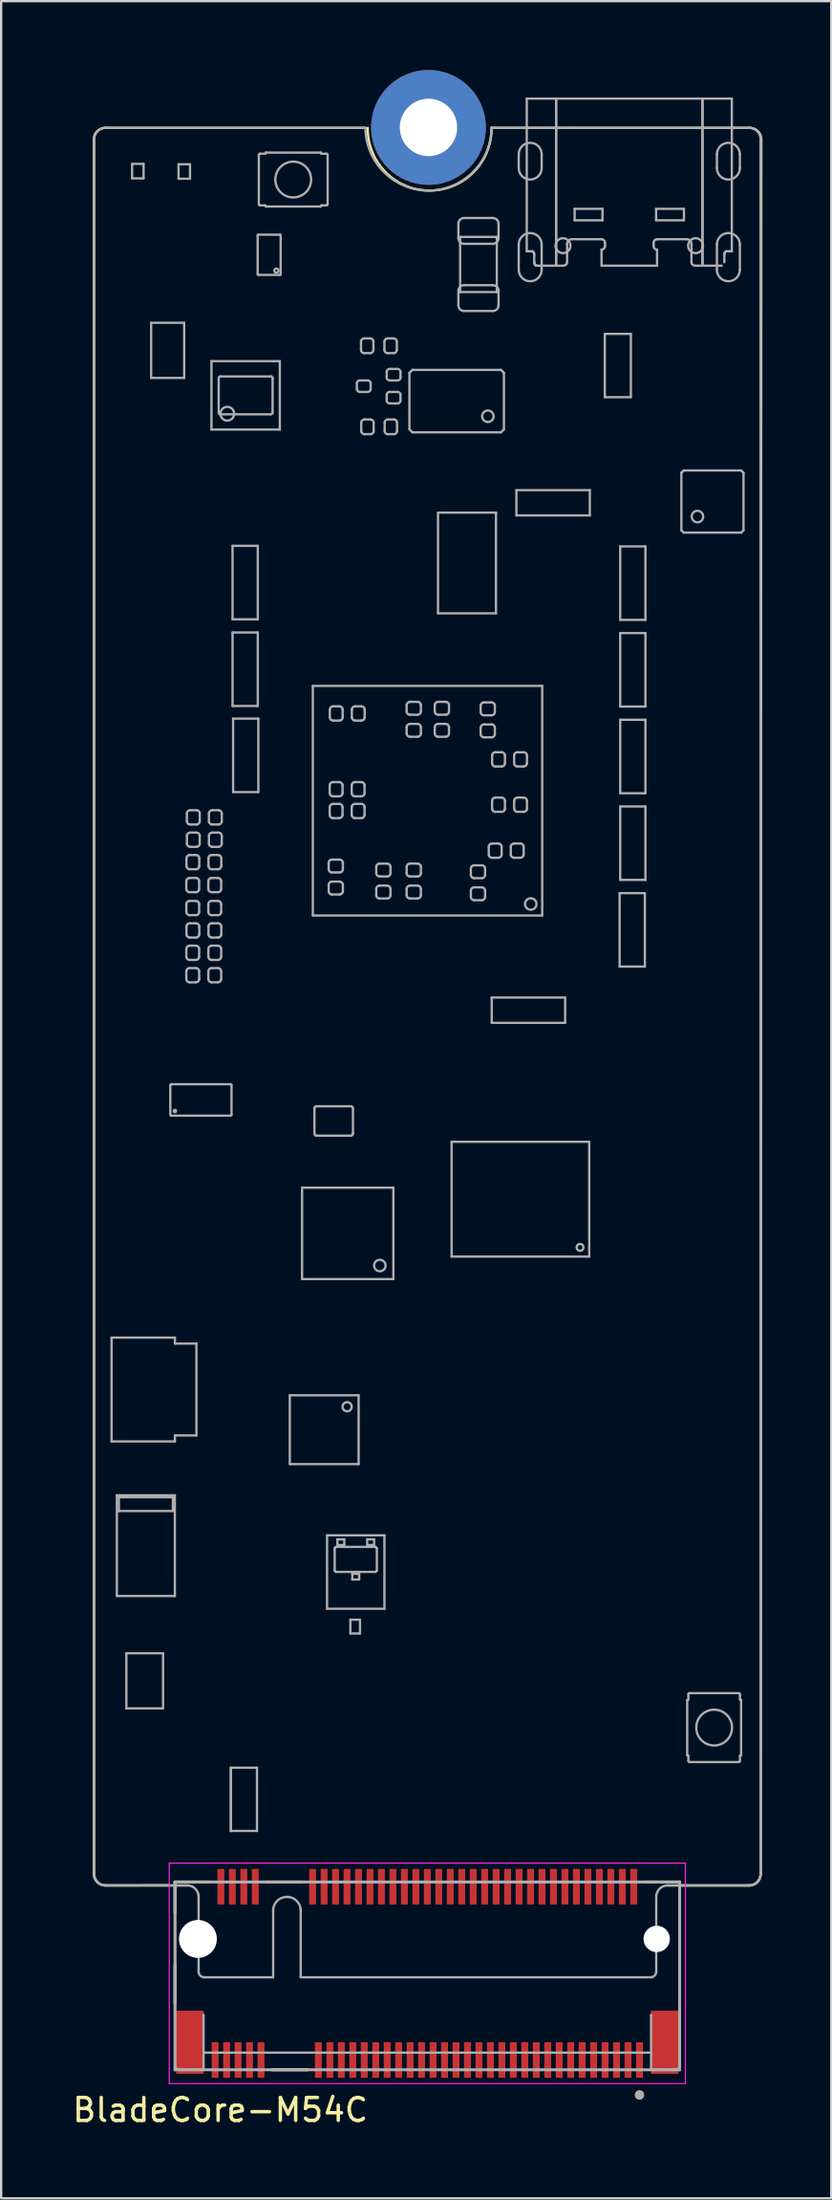
<source format=kicad_pcb>
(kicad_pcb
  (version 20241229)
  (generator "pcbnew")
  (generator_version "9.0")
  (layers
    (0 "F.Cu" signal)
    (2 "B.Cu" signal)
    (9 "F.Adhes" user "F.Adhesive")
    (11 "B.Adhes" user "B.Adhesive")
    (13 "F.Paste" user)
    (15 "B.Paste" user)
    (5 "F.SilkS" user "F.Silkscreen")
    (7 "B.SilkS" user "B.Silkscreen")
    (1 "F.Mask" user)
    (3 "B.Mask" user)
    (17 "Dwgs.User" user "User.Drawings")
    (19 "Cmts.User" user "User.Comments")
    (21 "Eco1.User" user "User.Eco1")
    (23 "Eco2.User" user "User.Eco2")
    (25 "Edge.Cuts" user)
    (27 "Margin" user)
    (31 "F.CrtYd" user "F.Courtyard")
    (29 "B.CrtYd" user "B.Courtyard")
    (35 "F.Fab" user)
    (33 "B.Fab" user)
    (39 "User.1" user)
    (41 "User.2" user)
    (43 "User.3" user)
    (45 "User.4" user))
  (footprint "BladeCore-M54C"
    (layer "F.Cu")
    (at 15.579 85)
    (property "Reference" "BladeCore-M54C" (at -9.025 3.85 0) (layer "F.SilkS") (effects (font (size 1 1) (thickness 0.15))))
    (attr smd)
    (fp_line (start -14.54 -6.71) (end -14.54 -81.98) (stroke (width 0.1) (type default)) (layer "F.SilkS"))
    (fp_line (start -14.54 -6.431) (end -14.54 -6.71) (stroke (width 0.1) (type default)) (layer "F.SilkS"))
    (fp_line (start -14.04 -82.48) (end -2.7 -82.48) (stroke (width 0.1) (type default)) (layer "F.SilkS"))
    (fp_line (start -11.291 -5.936) (end -14.039 -5.931) (stroke (width 0.1) (type default)) (layer "F.SilkS"))
    (fp_line (start -11 -6.08) (end -11 -4.745) (stroke (width 0.127) (type solid)) (layer "F.SilkS"))
    (fp_line (start -11 -6.08) (end -9.47 -6.08) (stroke (width 0.127) (type solid)) (layer "F.SilkS"))
    (fp_line (start -11 -0.795) (end -11 -2.455) (stroke (width 0.127) (type solid)) (layer "F.SilkS"))
    (fp_line (start -5.463 -6.08) (end -7.027 -6.08) (stroke (width 0.127) (type solid)) (layer "F.SilkS"))
    (fp_line (start -5.213 2.1) (end -6.777 2.1) (stroke (width 0.127) (type solid)) (layer "F.SilkS"))
    (fp_line (start 2.798 -82.481) (end 6.34 -82.48) (stroke (width 0.1) (type default)) (layer "F.SilkS"))
    (fp_line (start 6.34 -82.48) (end 14.06 -82.48) (stroke (width 0.1) (type default)) (layer "F.SilkS"))
    (fp_line (start 9.47 -6.08) (end 11 -6.08) (stroke (width 0.127) (type solid)) (layer "F.SilkS"))
    (fp_line (start 11 -6.08) (end 11 -0.795) (stroke (width 0.127) (type solid)) (layer "F.SilkS"))
    (fp_line (start 14.03 -5.93) (end 11.08 -5.93) (stroke (width 0.1) (type default)) (layer "F.SilkS"))
    (fp_line (start 14.53 -6.69) (end 14.53 -6.43) (stroke (width 0.1) (type default)) (layer "F.SilkS"))
    (fp_line (start 14.56 -81.98) (end 14.53 -6.69) (stroke (width 0.1) (type default)) (layer "F.SilkS"))
    (fp_arc (start -14.54 -81.98) (mid -14.393553 -82.333553) (end -14.04 -82.48) (stroke (width 0.1) (type default)) (layer "F.SilkS"))
    (fp_arc (start -14.039028 -5.930974) (mid -14.39321 -6.077076) (end -14.54 -6.430973) (stroke (width 0.1) (type default)) (layer "F.SilkS"))
    (fp_arc (start 2.797897 -82.480769) (mid 0.10093 -79.751928) (end -2.597919 -82.478907) (stroke (width 0.1) (type default)) (layer "F.SilkS"))
    (fp_arc (start 14.059802 -82.48) (mid 14.413424 -82.333483) (end 14.559802 -81.979802) (stroke (width 0.1) (type default)) (layer "F.SilkS"))
    (fp_arc (start 14.53 -6.43) (mid 14.383553 -6.076447) (end 14.03 -5.93) (stroke (width 0.1) (type default)) (layer "F.SilkS"))
    (fp_circle (center 9.25 3.196) (end 9.15 3.196) (stroke (width 0.2) (type solid)) (fill no) (layer "F.SilkS"))
    (fp_line (start -11.25 -6.9) (end -11.25 2.7) (stroke (width 0.05) (type solid)) (layer "F.CrtYd"))
    (fp_line (start -11.25 2.7) (end 11.25 2.7) (stroke (width 0.05) (type solid)) (layer "F.CrtYd"))
    (fp_line (start 11.25 -6.9) (end -11.25 -6.9) (stroke (width 0.05) (type solid)) (layer "F.CrtYd"))
    (fp_line (start 11.25 2.7) (end 11.25 -6.9) (stroke (width 0.05) (type solid)) (layer "F.CrtYd"))
    (fp_line (start -14.52 -81.98) (end -14.52 -6.43) (stroke (width 0.1) (type default)) (layer "F.Fab"))
    (fp_line (start -14.52 -6.43) (end -14.52 -81.98) (stroke (width 0.1) (type default)) (layer "F.Fab"))
    (fp_line (start -14.52 -6.43) (end -14.518 -6.364) (stroke (width 0.1) (type default)) (layer "F.Fab"))
    (fp_line (start -14.518 -82.046) (end -14.52 -81.98) (stroke (width 0.1) (type default)) (layer "F.Fab"))
    (fp_line (start -14.086 -5.932) (end -14.02 -5.93) (stroke (width 0.1) (type default)) (layer "F.Fab"))
    (fp_line (start -14.02 -82.48) (end -14.086 -82.478) (stroke (width 0.1) (type default)) (layer "F.Fab"))
    (fp_line (start -14.02 -5.93) (end -10.47 -5.93) (stroke (width 0.1) (type default)) (layer "F.Fab"))
    (fp_line (start -13.765 -29.79) (end -13.765 -25.27) (stroke (width 0.1) (type default)) (layer "F.Fab"))
    (fp_line (start -13.765 -25.27) (end -11.004 -25.27) (stroke (width 0.1) (type default)) (layer "F.Fab"))
    (fp_line (start -13.534 -22.924) (end -13.534 -18.536) (stroke (width 0.1) (type default)) (layer "F.Fab"))
    (fp_line (start -13.534 -18.536) (end -11.006 -18.536) (stroke (width 0.1) (type default)) (layer "F.Fab"))
    (fp_line (start -13.448 -22.838) (end -11.092 -22.838) (stroke (width 0.1) (type default)) (layer "F.Fab"))
    (fp_line (start -13.448 -22.238) (end -13.448 -22.838) (stroke (width 0.1) (type default)) (layer "F.Fab"))
    (fp_line (start -13.12 -16.043) (end -13.12 -13.643) (stroke (width 0.1) (type default)) (layer "F.Fab"))
    (fp_line (start -13.12 -13.643) (end -11.52 -13.643) (stroke (width 0.1) (type default)) (layer "F.Fab"))
    (fp_line (start -12.87 -80.912) (end -12.87 -80.282) (stroke (width 0.1) (type default)) (layer "F.Fab"))
    (fp_line (start -12.87 -80.282) (end -12.37 -80.282) (stroke (width 0.1) (type default)) (layer "F.Fab"))
    (fp_line (start -12.37 -80.912) (end -12.87 -80.912) (stroke (width 0.1) (type default)) (layer "F.Fab"))
    (fp_line (start -12.37 -80.282) (end -12.37 -80.912) (stroke (width 0.1) (type default)) (layer "F.Fab"))
    (fp_line (start -12.04 -73.99) (end -12.04 -71.59) (stroke (width 0.1) (type default)) (layer "F.Fab"))
    (fp_line (start -12.04 -71.59) (end -10.6 -71.59) (stroke (width 0.1) (type default)) (layer "F.Fab"))
    (fp_line (start -11.52 -16.043) (end -13.12 -16.043) (stroke (width 0.1) (type default)) (layer "F.Fab"))
    (fp_line (start -11.52 -13.643) (end -11.52 -16.043) (stroke (width 0.1) (type default)) (layer "F.Fab"))
    (fp_line (start -11.204 -40.789) (end -11.204 -39.496) (stroke (width 0.1) (type default)) (layer "F.Fab"))
    (fp_line (start -11.204 -39.496) (end -11.167 -39.459) (stroke (width 0.1) (type default)) (layer "F.Fab"))
    (fp_line (start -11.167 -40.826) (end -11.204 -40.789) (stroke (width 0.1) (type default)) (layer "F.Fab"))
    (fp_line (start -11.167 -39.459) (end -8.573 -39.459) (stroke (width 0.1) (type default)) (layer "F.Fab"))
    (fp_line (start -11.092 -22.838) (end -11.092 -22.238) (stroke (width 0.1) (type default)) (layer "F.Fab"))
    (fp_line (start -11.092 -22.238) (end -13.448 -22.238) (stroke (width 0.1) (type default)) (layer "F.Fab"))
    (fp_line (start -11.006 -22.924) (end -13.534 -22.924) (stroke (width 0.1) (type default)) (layer "F.Fab"))
    (fp_line (start -11.006 -18.536) (end -11.006 -22.924) (stroke (width 0.1) (type default)) (layer "F.Fab"))
    (fp_line (start -11.004 -29.79) (end -13.765 -29.79) (stroke (width 0.1) (type default)) (layer "F.Fab"))
    (fp_line (start -11.004 -29.53) (end -11.004 -29.79) (stroke (width 0.1) (type default)) (layer "F.Fab"))
    (fp_line (start -11.004 -25.53) (end -10.065 -25.53) (stroke (width 0.1) (type default)) (layer "F.Fab"))
    (fp_line (start -11.004 -25.27) (end -11.004 -25.53) (stroke (width 0.1) (type default)) (layer "F.Fab"))
    (fp_line (start -11 -6.08) (end 11 -6.08) (stroke (width 0.127) (type solid)) (layer "F.Fab"))
    (fp_line (start -11 -5.748) (end -11 -3.598) (stroke (width 0.1) (type default)) (layer "F.Fab"))
    (fp_line (start -11 -3.598) (end -11 -1.048) (stroke (width 0.1) (type default)) (layer "F.Fab"))
    (fp_line (start -11 1.902) (end -11 -1.048) (stroke (width 0.1) (type default)) (layer "F.Fab"))
    (fp_line (start -11 2.1) (end -11 -6.08) (stroke (width 0.127) (type solid)) (layer "F.Fab"))
    (fp_line (start -10.845 -80.895) (end -10.845 -80.265) (stroke (width 0.1) (type default)) (layer "F.Fab"))
    (fp_line (start -10.845 -80.265) (end -10.345 -80.265) (stroke (width 0.1) (type default)) (layer "F.Fab"))
    (fp_line (start -10.6 -73.99) (end -12.04 -73.99) (stroke (width 0.1) (type default)) (layer "F.Fab"))
    (fp_line (start -10.6 -71.59) (end -10.6 -73.99) (stroke (width 0.1) (type default)) (layer "F.Fab"))
    (fp_line (start -10.506 -49.671) (end -10.506 -49.331) (stroke (width 0.1) (type default)) (layer "F.Fab"))
    (fp_line (start -10.506 -48.671) (end -10.506 -48.331) (stroke (width 0.1) (type default)) (layer "F.Fab"))
    (fp_line (start -10.506 -46.721) (end -10.506 -46.381) (stroke (width 0.1) (type default)) (layer "F.Fab"))
    (fp_line (start -10.506 -45.746) (end -10.506 -45.406) (stroke (width 0.1) (type default)) (layer "F.Fab"))
    (fp_line (start -10.501 -50.671) (end -10.501 -50.331) (stroke (width 0.1) (type default)) (layer "F.Fab"))
    (fp_line (start -10.501 -47.696) (end -10.501 -47.356) (stroke (width 0.1) (type default)) (layer "F.Fab"))
    (fp_line (start -10.481 -52.621) (end -10.481 -52.281) (stroke (width 0.1) (type default)) (layer "F.Fab"))
    (fp_line (start -10.481 -51.646) (end -10.481 -51.306) (stroke (width 0.1) (type default)) (layer "F.Fab"))
    (fp_line (start -10.47 -5.93) (end -14.02 -5.93) (stroke (width 0.1) (type default)) (layer "F.Fab"))
    (fp_line (start -10.47 -5.93) (end -10.404 -5.928) (stroke (width 0.1) (type default)) (layer "F.Fab"))
    (fp_line (start -10.366 -49.191) (end -10.086 -49.191) (stroke (width 0.1) (type default)) (layer "F.Fab"))
    (fp_line (start -10.366 -48.191) (end -10.086 -48.191) (stroke (width 0.1) (type default)) (layer "F.Fab"))
    (fp_line (start -10.366 -46.241) (end -10.086 -46.241) (stroke (width 0.1) (type default)) (layer "F.Fab"))
    (fp_line (start -10.366 -45.266) (end -10.086 -45.266) (stroke (width 0.1) (type default)) (layer "F.Fab"))
    (fp_line (start -10.361 -50.191) (end -10.081 -50.191) (stroke (width 0.1) (type default)) (layer "F.Fab"))
    (fp_line (start -10.361 -47.216) (end -10.081 -47.216) (stroke (width 0.1) (type default)) (layer "F.Fab"))
    (fp_line (start -10.345 -80.895) (end -10.845 -80.895) (stroke (width 0.1) (type default)) (layer "F.Fab"))
    (fp_line (start -10.345 -80.265) (end -10.345 -80.895) (stroke (width 0.1) (type default)) (layer "F.Fab"))
    (fp_line (start -10.341 -52.141) (end -10.061 -52.141) (stroke (width 0.1) (type default)) (layer "F.Fab"))
    (fp_line (start -10.341 -51.166) (end -10.061 -51.166) (stroke (width 0.1) (type default)) (layer "F.Fab"))
    (fp_line (start -10.086 -49.811) (end -10.366 -49.811) (stroke (width 0.1) (type default)) (layer "F.Fab"))
    (fp_line (start -10.086 -48.811) (end -10.366 -48.811) (stroke (width 0.1) (type default)) (layer "F.Fab"))
    (fp_line (start -10.086 -46.861) (end -10.366 -46.861) (stroke (width 0.1) (type default)) (layer "F.Fab"))
    (fp_line (start -10.086 -45.886) (end -10.366 -45.886) (stroke (width 0.1) (type default)) (layer "F.Fab"))
    (fp_line (start -10.081 -50.811) (end -10.361 -50.811) (stroke (width 0.1) (type default)) (layer "F.Fab"))
    (fp_line (start -10.081 -47.836) (end -10.361 -47.836) (stroke (width 0.1) (type default)) (layer "F.Fab"))
    (fp_line (start -10.065 -29.53) (end -11.004 -29.53) (stroke (width 0.1) (type default)) (layer "F.Fab"))
    (fp_line (start -10.065 -25.53) (end -10.065 -29.53) (stroke (width 0.1) (type default)) (layer "F.Fab"))
    (fp_line (start -10.061 -52.761) (end -10.341 -52.761) (stroke (width 0.1) (type default)) (layer "F.Fab"))
    (fp_line (start -10.061 -51.786) (end -10.341 -51.786) (stroke (width 0.1) (type default)) (layer "F.Fab"))
    (fp_line (start -9.972 -5.496) (end -9.97 -5.43) (stroke (width 0.1) (type default)) (layer "F.Fab"))
    (fp_line (start -9.97 -5.43) (end -9.97 -2.18) (stroke (width 0.1) (type default)) (layer "F.Fab"))
    (fp_line (start -9.97 -2.18) (end -9.968 -2.131) (stroke (width 0.1) (type default)) (layer "F.Fab"))
    (fp_line (start -9.946 -49.331) (end -9.946 -49.671) (stroke (width 0.1) (type default)) (layer "F.Fab"))
    (fp_line (start -9.946 -48.331) (end -9.946 -48.671) (stroke (width 0.1) (type default)) (layer "F.Fab"))
    (fp_line (start -9.946 -46.381) (end -9.946 -46.721) (stroke (width 0.1) (type default)) (layer "F.Fab"))
    (fp_line (start -9.946 -45.406) (end -9.946 -45.746) (stroke (width 0.1) (type default)) (layer "F.Fab"))
    (fp_line (start -9.941 -50.331) (end -9.941 -50.671) (stroke (width 0.1) (type default)) (layer "F.Fab"))
    (fp_line (start -9.941 -47.356) (end -9.941 -47.696) (stroke (width 0.1) (type default)) (layer "F.Fab"))
    (fp_line (start -9.921 -52.281) (end -9.921 -52.621) (stroke (width 0.1) (type default)) (layer "F.Fab"))
    (fp_line (start -9.921 -51.306) (end -9.921 -51.646) (stroke (width 0.1) (type default)) (layer "F.Fab"))
    (fp_line (start -9.909 2.102) (end -10.8 2.102) (stroke (width 0.1) (type default)) (layer "F.Fab"))
    (fp_line (start -9.769 -1.932) (end -9.72 -1.93) (stroke (width 0.1) (type default)) (layer "F.Fab"))
    (fp_line (start -9.754 2.102) (end -10.05 2.102) (stroke (width 0.1) (type default)) (layer "F.Fab"))
    (fp_line (start -9.754 2.102) (end -9.754 -0.298) (stroke (width 0.1) (type default)) (layer "F.Fab"))
    (fp_line (start -9.75 1.352) (end 9.75 1.352) (stroke (width 0.1) (type default)) (layer "F.Fab"))
    (fp_line (start -9.72 -1.93) (end -6.72 -1.93) (stroke (width 0.1) (type default)) (layer "F.Fab"))
    (fp_line (start -9.546 -49.671) (end -9.546 -49.331) (stroke (width 0.1) (type default)) (layer "F.Fab"))
    (fp_line (start -9.546 -48.671) (end -9.546 -48.331) (stroke (width 0.1) (type default)) (layer "F.Fab"))
    (fp_line (start -9.546 -46.721) (end -9.546 -46.381) (stroke (width 0.1) (type default)) (layer "F.Fab"))
    (fp_line (start -9.546 -45.746) (end -9.546 -45.406) (stroke (width 0.1) (type default)) (layer "F.Fab"))
    (fp_line (start -9.541 -50.671) (end -9.541 -50.331) (stroke (width 0.1) (type default)) (layer "F.Fab"))
    (fp_line (start -9.541 -47.696) (end -9.541 -47.356) (stroke (width 0.1) (type default)) (layer "F.Fab"))
    (fp_line (start -9.521 -52.621) (end -9.521 -52.281) (stroke (width 0.1) (type default)) (layer "F.Fab"))
    (fp_line (start -9.521 -51.646) (end -9.521 -51.306) (stroke (width 0.1) (type default)) (layer "F.Fab"))
    (fp_line (start -9.41 -72.32) (end -9.41 -69.34) (stroke (width 0.1) (type default)) (layer "F.Fab"))
    (fp_line (start -9.41 -69.34) (end -6.43 -69.34) (stroke (width 0.1) (type default)) (layer "F.Fab"))
    (fp_line (start -9.406 -49.191) (end -9.126 -49.191) (stroke (width 0.1) (type default)) (layer "F.Fab"))
    (fp_line (start -9.406 -48.191) (end -9.126 -48.191) (stroke (width 0.1) (type default)) (layer "F.Fab"))
    (fp_line (start -9.406 -46.241) (end -9.126 -46.241) (stroke (width 0.1) (type default)) (layer "F.Fab"))
    (fp_line (start -9.406 -45.266) (end -9.126 -45.266) (stroke (width 0.1) (type default)) (layer "F.Fab"))
    (fp_line (start -9.401 -50.191) (end -9.121 -50.191) (stroke (width 0.1) (type default)) (layer "F.Fab"))
    (fp_line (start -9.401 -47.216) (end -9.121 -47.216) (stroke (width 0.1) (type default)) (layer "F.Fab"))
    (fp_line (start -9.381 -52.141) (end -9.101 -52.141) (stroke (width 0.1) (type default)) (layer "F.Fab"))
    (fp_line (start -9.381 -51.166) (end -9.101 -51.166) (stroke (width 0.1) (type default)) (layer "F.Fab"))
    (fp_line (start -9.126 -49.811) (end -9.406 -49.811) (stroke (width 0.1) (type default)) (layer "F.Fab"))
    (fp_line (start -9.126 -48.811) (end -9.406 -48.811) (stroke (width 0.1) (type default)) (layer "F.Fab"))
    (fp_line (start -9.126 -46.861) (end -9.406 -46.861) (stroke (width 0.1) (type default)) (layer "F.Fab"))
    (fp_line (start -9.126 -45.886) (end -9.406 -45.886) (stroke (width 0.1) (type default)) (layer "F.Fab"))
    (fp_line (start -9.121 -50.811) (end -9.401 -50.811) (stroke (width 0.1) (type default)) (layer "F.Fab"))
    (fp_line (start -9.121 -47.836) (end -9.401 -47.836) (stroke (width 0.1) (type default)) (layer "F.Fab"))
    (fp_line (start -9.101 -52.761) (end -9.381 -52.761) (stroke (width 0.1) (type default)) (layer "F.Fab"))
    (fp_line (start -9.101 -51.786) (end -9.381 -51.786) (stroke (width 0.1) (type default)) (layer "F.Fab"))
    (fp_line (start -9.094 -71.595) (end -9.095 -70.08) (stroke (width 0.1) (type default)) (layer "F.Fab"))
    (fp_line (start -9.035 -70.006) (end -6.82 -70.005) (stroke (width 0.1) (type default)) (layer "F.Fab"))
    (fp_line (start -8.986 -49.331) (end -8.986 -49.671) (stroke (width 0.1) (type default)) (layer "F.Fab"))
    (fp_line (start -8.986 -48.331) (end -8.986 -48.671) (stroke (width 0.1) (type default)) (layer "F.Fab"))
    (fp_line (start -8.986 -46.381) (end -8.986 -46.721) (stroke (width 0.1) (type default)) (layer "F.Fab"))
    (fp_line (start -8.986 -45.406) (end -8.986 -45.746) (stroke (width 0.1) (type default)) (layer "F.Fab"))
    (fp_line (start -8.981 -50.331) (end -8.981 -50.671) (stroke (width 0.1) (type default)) (layer "F.Fab"))
    (fp_line (start -8.981 -47.356) (end -8.981 -47.696) (stroke (width 0.1) (type default)) (layer "F.Fab"))
    (fp_line (start -8.961 -52.281) (end -8.961 -52.621) (stroke (width 0.1) (type default)) (layer "F.Fab"))
    (fp_line (start -8.961 -51.306) (end -8.961 -51.646) (stroke (width 0.1) (type default)) (layer "F.Fab"))
    (fp_line (start -8.573 -40.826) (end -11.167 -40.826) (stroke (width 0.1) (type default)) (layer "F.Fab"))
    (fp_line (start -8.573 -39.459) (end -8.536 -39.496) (stroke (width 0.1) (type default)) (layer "F.Fab"))
    (fp_line (start -8.563 -11.058) (end -8.563 -8.302) (stroke (width 0.1) (type default)) (layer "F.Fab"))
    (fp_line (start -8.563 -11.058) (end -8.563 -8.302) (stroke (width 0.1) (type default)) (layer "F.Fab"))
    (fp_line (start -8.563 -8.302) (end -7.427 -8.302) (stroke (width 0.1) (type default)) (layer "F.Fab"))
    (fp_line (start -8.536 -40.789) (end -8.573 -40.826) (stroke (width 0.1) (type default)) (layer "F.Fab"))
    (fp_line (start -8.536 -39.496) (end -8.536 -40.789) (stroke (width 0.1) (type default)) (layer "F.Fab"))
    (fp_line (start -8.491 -64.276) (end -8.491 -61.076) (stroke (width 0.1) (type default)) (layer "F.Fab"))
    (fp_line (start -8.491 -61.076) (end -7.391 -61.076) (stroke (width 0.1) (type default)) (layer "F.Fab"))
    (fp_line (start -8.491 -60.501) (end -8.491 -57.301) (stroke (width 0.1) (type default)) (layer "F.Fab"))
    (fp_line (start -8.491 -57.301) (end -7.391 -57.301) (stroke (width 0.1) (type default)) (layer "F.Fab"))
    (fp_line (start -8.466 -56.751) (end -8.466 -53.551) (stroke (width 0.1) (type default)) (layer "F.Fab"))
    (fp_line (start -8.466 -53.551) (end -7.366 -53.551) (stroke (width 0.1) (type default)) (layer "F.Fab"))
    (fp_line (start -7.427 -11.058) (end -8.563 -11.058) (stroke (width 0.1) (type default)) (layer "F.Fab"))
    (fp_line (start -7.427 -8.302) (end -7.427 -11.058) (stroke (width 0.1) (type default)) (layer "F.Fab"))
    (fp_line (start -7.396 -77.803) (end -7.396 -76.102) (stroke (width 0.1) (type default)) (layer "F.Fab"))
    (fp_line (start -7.396 -76.102) (end -7.371 -76.076) (stroke (width 0.1) (type default)) (layer "F.Fab"))
    (fp_line (start -7.391 -64.276) (end -8.491 -64.276) (stroke (width 0.1) (type default)) (layer "F.Fab"))
    (fp_line (start -7.391 -61.076) (end -7.391 -64.276) (stroke (width 0.1) (type default)) (layer "F.Fab"))
    (fp_line (start -7.391 -60.501) (end -8.491 -60.501) (stroke (width 0.1) (type default)) (layer "F.Fab"))
    (fp_line (start -7.391 -57.301) (end -7.391 -60.501) (stroke (width 0.1) (type default)) (layer "F.Fab"))
    (fp_line (start -7.371 -77.829) (end -7.396 -77.803) (stroke (width 0.1) (type default)) (layer "F.Fab"))
    (fp_line (start -7.371 -76.076) (end -6.419 -76.076) (stroke (width 0.1) (type default)) (layer "F.Fab"))
    (fp_line (start -7.366 -56.751) (end -8.466 -56.751) (stroke (width 0.1) (type default)) (layer "F.Fab"))
    (fp_line (start -7.366 -53.551) (end -7.366 -56.751) (stroke (width 0.1) (type default)) (layer "F.Fab"))
    (fp_line (start -7.345 -81.305) (end -7.345 -79.155) (stroke (width 0.1) (type default)) (layer "F.Fab"))
    (fp_line (start -7.295 -79.105) (end -7.075 -79.105) (stroke (width 0.1) (type default)) (layer "F.Fab"))
    (fp_line (start -7.075 -81.355) (end -7.295 -81.355) (stroke (width 0.1) (type default)) (layer "F.Fab"))
    (fp_line (start -7.045 -81.405) (end -7.045 -81.385) (stroke (width 0.1) (type default)) (layer "F.Fab"))
    (fp_line (start -7.045 -79.075) (end -7.045 -79.055) (stroke (width 0.1) (type default)) (layer "F.Fab"))
    (fp_line (start -7.045 -79.055) (end -4.645 -79.055) (stroke (width 0.1) (type default)) (layer "F.Fab"))
    (fp_line (start -6.805 -71.654) (end -9.02 -71.655) (stroke (width 0.1) (type default)) (layer "F.Fab"))
    (fp_line (start -6.746 -70.065) (end -6.745 -71.58) (stroke (width 0.1) (type default)) (layer "F.Fab"))
    (fp_line (start -6.72 -4.83) (end -6.717 -4.909) (stroke (width 0.1) (type default)) (layer "F.Fab"))
    (fp_line (start -6.72 -1.93) (end -6.72 -4.83) (stroke (width 0.1) (type default)) (layer "F.Fab"))
    (fp_line (start -6.43 -72.32) (end -9.41 -72.32) (stroke (width 0.1) (type default)) (layer "F.Fab"))
    (fp_line (start -6.43 -69.34) (end -6.43 -72.32) (stroke (width 0.1) (type default)) (layer "F.Fab"))
    (fp_line (start -6.419 -77.829) (end -7.371 -77.829) (stroke (width 0.1) (type default)) (layer "F.Fab"))
    (fp_line (start -6.419 -76.076) (end -6.394 -76.102) (stroke (width 0.1) (type default)) (layer "F.Fab"))
    (fp_line (start -6.394 -77.803) (end -6.419 -77.829) (stroke (width 0.1) (type default)) (layer "F.Fab"))
    (fp_line (start -6.394 -76.102) (end -6.394 -77.803) (stroke (width 0.1) (type default)) (layer "F.Fab"))
    (fp_line (start -6.199 -5.427) (end -6.12 -5.43) (stroke (width 0.1) (type default)) (layer "F.Fab"))
    (fp_line (start -6.12 -5.43) (end -6.041 -5.427) (stroke (width 0.1) (type default)) (layer "F.Fab"))
    (fp_line (start -5.995 -27.28) (end -5.995 -24.28) (stroke (width 0.1) (type default)) (layer "F.Fab"))
    (fp_line (start -5.995 -24.28) (end -2.995 -24.28) (stroke (width 0.1) (type default)) (layer "F.Fab"))
    (fp_line (start -5.523 -4.909) (end -5.52 -4.83) (stroke (width 0.1) (type default)) (layer "F.Fab"))
    (fp_line (start -5.52 -4.83) (end -5.52 -1.93) (stroke (width 0.1) (type default)) (layer "F.Fab"))
    (fp_line (start -5.52 -1.93) (end 9.73 -1.93) (stroke (width 0.1) (type default)) (layer "F.Fab"))
    (fp_line (start -5.46 -36.32) (end -5.46 -32.34) (stroke (width 0.1) (type default)) (layer "F.Fab"))
    (fp_line (start -5.46 -32.34) (end -1.48 -32.34) (stroke (width 0.1) (type default)) (layer "F.Fab"))
    (fp_line (start -4.991 -58.176) (end -4.991 -48.176) (stroke (width 0.1) (type default)) (layer "F.Fab"))
    (fp_line (start -4.991 -48.176) (end 5.009 -48.176) (stroke (width 0.1) (type default)) (layer "F.Fab"))
    (fp_line (start -4.922 -39.778) (end -4.922 -38.676) (stroke (width 0.1) (type default)) (layer "F.Fab"))
    (fp_line (start -4.833 -38.587) (end -3.331 -38.587) (stroke (width 0.1) (type default)) (layer "F.Fab"))
    (fp_line (start -4.645 -81.405) (end -7.045 -81.405) (stroke (width 0.1) (type default)) (layer "F.Fab"))
    (fp_line (start -4.645 -81.385) (end -4.645 -81.405) (stroke (width 0.1) (type default)) (layer "F.Fab"))
    (fp_line (start -4.645 -79.055) (end -4.645 -79.075) (stroke (width 0.1) (type default)) (layer "F.Fab"))
    (fp_line (start -4.615 -79.105) (end -4.395 -79.105) (stroke (width 0.1) (type default)) (layer "F.Fab"))
    (fp_line (start -4.395 -81.355) (end -4.615 -81.355) (stroke (width 0.1) (type default)) (layer "F.Fab"))
    (fp_line (start -4.37 -21.18) (end -4.37 -17.98) (stroke (width 0.1) (type default)) (layer "F.Fab"))
    (fp_line (start -4.37 -17.98) (end -1.87 -17.98) (stroke (width 0.1) (type default)) (layer "F.Fab"))
    (fp_line (start -4.345 -79.155) (end -4.345 -81.305) (stroke (width 0.1) (type default)) (layer "F.Fab"))
    (fp_line (start -4.301 -50.471) (end -4.301 -50.191) (stroke (width 0.1) (type default)) (layer "F.Fab"))
    (fp_line (start -4.301 -49.511) (end -4.301 -49.231) (stroke (width 0.1) (type default)) (layer "F.Fab"))
    (fp_line (start -4.256 -53.846) (end -4.256 -53.506) (stroke (width 0.1) (type default)) (layer "F.Fab"))
    (fp_line (start -4.256 -52.896) (end -4.256 -52.556) (stroke (width 0.1) (type default)) (layer "F.Fab"))
    (fp_line (start -4.251 -57.146) (end -4.251 -56.806) (stroke (width 0.1) (type default)) (layer "F.Fab"))
    (fp_line (start -4.161 -50.051) (end -3.821 -50.051) (stroke (width 0.1) (type default)) (layer "F.Fab"))
    (fp_line (start -4.161 -49.091) (end -3.821 -49.091) (stroke (width 0.1) (type default)) (layer "F.Fab"))
    (fp_line (start -4.116 -53.366) (end -3.836 -53.366) (stroke (width 0.1) (type default)) (layer "F.Fab"))
    (fp_line (start -4.116 -52.416) (end -3.836 -52.416) (stroke (width 0.1) (type default)) (layer "F.Fab"))
    (fp_line (start -4.111 -56.666) (end -3.831 -56.666) (stroke (width 0.1) (type default)) (layer "F.Fab"))
    (fp_line (start -4.039 -20.619) (end -3.984 -20.674) (stroke (width 0.1) (type default)) (layer "F.Fab"))
    (fp_line (start -4.039 -19.641) (end -4.039 -20.619) (stroke (width 0.1) (type default)) (layer "F.Fab"))
    (fp_line (start -3.984 -20.674) (end -2.256 -20.674) (stroke (width 0.1) (type default)) (layer "F.Fab"))
    (fp_line (start -3.984 -19.586) (end -4.039 -19.641) (stroke (width 0.1) (type default)) (layer "F.Fab"))
    (fp_line (start -3.92 -21.005) (end -3.62 -21.005) (stroke (width 0.1) (type default)) (layer "F.Fab"))
    (fp_line (start -3.92 -20.755) (end -3.92 -21.005) (stroke (width 0.1) (type default)) (layer "F.Fab"))
    (fp_line (start -3.836 -53.986) (end -4.116 -53.986) (stroke (width 0.1) (type default)) (layer "F.Fab"))
    (fp_line (start -3.836 -53.036) (end -4.116 -53.036) (stroke (width 0.1) (type default)) (layer "F.Fab"))
    (fp_line (start -3.831 -57.286) (end -4.111 -57.286) (stroke (width 0.1) (type default)) (layer "F.Fab"))
    (fp_line (start -3.821 -50.611) (end -4.161 -50.611) (stroke (width 0.1) (type default)) (layer "F.Fab"))
    (fp_line (start -3.821 -49.651) (end -4.161 -49.651) (stroke (width 0.1) (type default)) (layer "F.Fab"))
    (fp_line (start -3.696 -53.506) (end -3.696 -53.846) (stroke (width 0.1) (type default)) (layer "F.Fab"))
    (fp_line (start -3.696 -52.556) (end -3.696 -52.896) (stroke (width 0.1) (type default)) (layer "F.Fab"))
    (fp_line (start -3.691 -56.806) (end -3.691 -57.146) (stroke (width 0.1) (type default)) (layer "F.Fab"))
    (fp_line (start -3.681 -50.191) (end -3.681 -50.471) (stroke (width 0.1) (type default)) (layer "F.Fab"))
    (fp_line (start -3.681 -49.231) (end -3.681 -49.511) (stroke (width 0.1) (type default)) (layer "F.Fab"))
    (fp_line (start -3.62 -21.005) (end -3.62 -20.755) (stroke (width 0.1) (type default)) (layer "F.Fab"))
    (fp_line (start -3.62 -20.755) (end -3.92 -20.755) (stroke (width 0.1) (type default)) (layer "F.Fab"))
    (fp_line (start -3.355 -17.505) (end -2.935 -17.505) (stroke (width 0.1) (type default)) (layer "F.Fab"))
    (fp_line (start -3.355 -16.905) (end -3.355 -17.505) (stroke (width 0.1) (type default)) (layer "F.Fab"))
    (fp_line (start -3.331 -39.867) (end -4.833 -39.867) (stroke (width 0.1) (type default)) (layer "F.Fab"))
    (fp_line (start -3.296 -53.846) (end -3.296 -53.506) (stroke (width 0.1) (type default)) (layer "F.Fab"))
    (fp_line (start -3.296 -52.896) (end -3.296 -52.556) (stroke (width 0.1) (type default)) (layer "F.Fab"))
    (fp_line (start -3.291 -57.146) (end -3.291 -56.806) (stroke (width 0.1) (type default)) (layer "F.Fab"))
    (fp_line (start -3.27 -19.505) (end -2.97 -19.505) (stroke (width 0.1) (type default)) (layer "F.Fab"))
    (fp_line (start -3.27 -19.255) (end -3.27 -19.505) (stroke (width 0.1) (type default)) (layer "F.Fab"))
    (fp_line (start -3.242 -38.676) (end -3.242 -39.778) (stroke (width 0.1) (type default)) (layer "F.Fab"))
    (fp_line (start -3.156 -53.366) (end -2.876 -53.366) (stroke (width 0.1) (type default)) (layer "F.Fab"))
    (fp_line (start -3.156 -52.416) (end -2.876 -52.416) (stroke (width 0.1) (type default)) (layer "F.Fab"))
    (fp_line (start -3.151 -56.666) (end -2.871 -56.666) (stroke (width 0.1) (type default)) (layer "F.Fab"))
    (fp_line (start -3.07 -71.355) (end -3.07 -71.105) (stroke (width 0.1) (type default)) (layer "F.Fab"))
    (fp_line (start -2.995 -27.28) (end -5.995 -27.28) (stroke (width 0.1) (type default)) (layer "F.Fab"))
    (fp_line (start -2.995 -24.28) (end -2.995 -27.28) (stroke (width 0.1) (type default)) (layer "F.Fab"))
    (fp_line (start -2.97 -19.505) (end -2.97 -19.255) (stroke (width 0.1) (type default)) (layer "F.Fab"))
    (fp_line (start -2.97 -19.255) (end -3.27 -19.255) (stroke (width 0.1) (type default)) (layer "F.Fab"))
    (fp_line (start -2.945 -70.98) (end -2.595 -70.98) (stroke (width 0.1) (type default)) (layer "F.Fab"))
    (fp_line (start -2.935 -17.505) (end -2.935 -16.905) (stroke (width 0.1) (type default)) (layer "F.Fab"))
    (fp_line (start -2.935 -16.905) (end -3.355 -16.905) (stroke (width 0.1) (type default)) (layer "F.Fab"))
    (fp_line (start -2.89 -73.175) (end -2.89 -72.805) (stroke (width 0.1) (type default)) (layer "F.Fab"))
    (fp_line (start -2.88 -69.645) (end -2.88 -69.275) (stroke (width 0.1) (type default)) (layer "F.Fab"))
    (fp_line (start -2.876 -53.986) (end -3.156 -53.986) (stroke (width 0.1) (type default)) (layer "F.Fab"))
    (fp_line (start -2.876 -53.036) (end -3.156 -53.036) (stroke (width 0.1) (type default)) (layer "F.Fab"))
    (fp_line (start -2.871 -57.286) (end -3.151 -57.286) (stroke (width 0.1) (type default)) (layer "F.Fab"))
    (fp_line (start -2.755 -72.67) (end -2.485 -72.67) (stroke (width 0.1) (type default)) (layer "F.Fab"))
    (fp_line (start -2.745 -69.14) (end -2.475 -69.14) (stroke (width 0.1) (type default)) (layer "F.Fab"))
    (fp_line (start -2.736 -53.506) (end -2.736 -53.846) (stroke (width 0.1) (type default)) (layer "F.Fab"))
    (fp_line (start -2.736 -52.556) (end -2.736 -52.896) (stroke (width 0.1) (type default)) (layer "F.Fab"))
    (fp_line (start -2.731 -56.806) (end -2.731 -57.146) (stroke (width 0.1) (type default)) (layer "F.Fab"))
    (fp_line (start -2.694 -82.48) (end -14.02 -82.48) (stroke (width 0.1) (type default)) (layer "F.Fab"))
    (fp_line (start -2.694 -82.346) (end -2.694 -82.48) (stroke (width 0.1) (type default)) (layer "F.Fab"))
    (fp_line (start -2.62 -21.005) (end -2.32 -21.005) (stroke (width 0.1) (type default)) (layer "F.Fab"))
    (fp_line (start -2.62 -20.755) (end -2.62 -21.005) (stroke (width 0.1) (type default)) (layer "F.Fab"))
    (fp_line (start -2.595 -71.48) (end -2.945 -71.48) (stroke (width 0.1) (type default)) (layer "F.Fab"))
    (fp_line (start -2.485 -73.31) (end -2.755 -73.31) (stroke (width 0.1) (type default)) (layer "F.Fab"))
    (fp_line (start -2.475 -69.78) (end -2.745 -69.78) (stroke (width 0.1) (type default)) (layer "F.Fab"))
    (fp_line (start -2.47 -71.105) (end -2.47 -71.355) (stroke (width 0.1) (type default)) (layer "F.Fab"))
    (fp_line (start -2.35 -72.805) (end -2.35 -73.175) (stroke (width 0.1) (type default)) (layer "F.Fab"))
    (fp_line (start -2.34 -69.275) (end -2.34 -69.645) (stroke (width 0.1) (type default)) (layer "F.Fab"))
    (fp_line (start -2.32 -21.005) (end -2.32 -20.755) (stroke (width 0.1) (type default)) (layer "F.Fab"))
    (fp_line (start -2.32 -20.755) (end -2.62 -20.755) (stroke (width 0.1) (type default)) (layer "F.Fab"))
    (fp_line (start -2.256 -20.674) (end -2.201 -20.619) (stroke (width 0.1) (type default)) (layer "F.Fab"))
    (fp_line (start -2.256 -19.586) (end -3.984 -19.586) (stroke (width 0.1) (type default)) (layer "F.Fab"))
    (fp_line (start -2.226 -50.296) (end -2.226 -50.016) (stroke (width 0.1) (type default)) (layer "F.Fab"))
    (fp_line (start -2.226 -49.336) (end -2.226 -49.056) (stroke (width 0.1) (type default)) (layer "F.Fab"))
    (fp_line (start -2.201 -20.619) (end -2.201 -19.641) (stroke (width 0.1) (type default)) (layer "F.Fab"))
    (fp_line (start -2.201 -19.641) (end -2.256 -19.586) (stroke (width 0.1) (type default)) (layer "F.Fab"))
    (fp_line (start -2.086 -49.876) (end -1.746 -49.876) (stroke (width 0.1) (type default)) (layer "F.Fab"))
    (fp_line (start -2.086 -48.916) (end -1.746 -48.916) (stroke (width 0.1) (type default)) (layer "F.Fab"))
    (fp_line (start -1.87 -73.175) (end -1.87 -72.805) (stroke (width 0.1) (type default)) (layer "F.Fab"))
    (fp_line (start -1.87 -21.18) (end -4.37 -21.18) (stroke (width 0.1) (type default)) (layer "F.Fab"))
    (fp_line (start -1.87 -17.98) (end -1.87 -21.18) (stroke (width 0.1) (type default)) (layer "F.Fab"))
    (fp_line (start -1.86 -69.645) (end -1.86 -69.275) (stroke (width 0.1) (type default)) (layer "F.Fab"))
    (fp_line (start -1.77 -71.855) (end -1.77 -71.605) (stroke (width 0.1) (type default)) (layer "F.Fab"))
    (fp_line (start -1.77 -70.855) (end -1.77 -70.605) (stroke (width 0.1) (type default)) (layer "F.Fab"))
    (fp_line (start -1.746 -50.436) (end -2.086 -50.436) (stroke (width 0.1) (type default)) (layer "F.Fab"))
    (fp_line (start -1.746 -49.476) (end -2.086 -49.476) (stroke (width 0.1) (type default)) (layer "F.Fab"))
    (fp_line (start -1.735 -72.67) (end -1.465 -72.67) (stroke (width 0.1) (type default)) (layer "F.Fab"))
    (fp_line (start -1.725 -69.14) (end -1.455 -69.14) (stroke (width 0.1) (type default)) (layer "F.Fab"))
    (fp_line (start -1.645 -71.48) (end -1.295 -71.48) (stroke (width 0.1) (type default)) (layer "F.Fab"))
    (fp_line (start -1.645 -70.48) (end -1.295 -70.48) (stroke (width 0.1) (type default)) (layer "F.Fab"))
    (fp_line (start -1.606 -50.016) (end -1.606 -50.296) (stroke (width 0.1) (type default)) (layer "F.Fab"))
    (fp_line (start -1.606 -49.056) (end -1.606 -49.336) (stroke (width 0.1) (type default)) (layer "F.Fab"))
    (fp_line (start -1.48 -36.32) (end -5.46 -36.32) (stroke (width 0.1) (type default)) (layer "F.Fab"))
    (fp_line (start -1.48 -32.34) (end -1.48 -36.32) (stroke (width 0.1) (type default)) (layer "F.Fab"))
    (fp_line (start -1.465 -73.31) (end -1.735 -73.31) (stroke (width 0.1) (type default)) (layer "F.Fab"))
    (fp_line (start -1.455 -69.78) (end -1.725 -69.78) (stroke (width 0.1) (type default)) (layer "F.Fab"))
    (fp_line (start -1.33 -72.805) (end -1.33 -73.175) (stroke (width 0.1) (type default)) (layer "F.Fab"))
    (fp_line (start -1.32 -69.275) (end -1.32 -69.645) (stroke (width 0.1) (type default)) (layer "F.Fab"))
    (fp_line (start -1.295 -71.98) (end -1.645 -71.98) (stroke (width 0.1) (type default)) (layer "F.Fab"))
    (fp_line (start -1.295 -70.98) (end -1.645 -70.98) (stroke (width 0.1) (type default)) (layer "F.Fab"))
    (fp_line (start -1.17 -71.605) (end -1.17 -71.855) (stroke (width 0.1) (type default)) (layer "F.Fab"))
    (fp_line (start -1.17 -70.605) (end -1.17 -70.855) (stroke (width 0.1) (type default)) (layer "F.Fab"))
    (fp_line (start -0.901 -57.341) (end -0.901 -57.061) (stroke (width 0.1) (type default)) (layer "F.Fab"))
    (fp_line (start -0.901 -56.381) (end -0.901 -56.101) (stroke (width 0.1) (type default)) (layer "F.Fab"))
    (fp_line (start -0.901 -50.296) (end -0.901 -50.016) (stroke (width 0.1) (type default)) (layer "F.Fab"))
    (fp_line (start -0.901 -49.336) (end -0.901 -49.056) (stroke (width 0.1) (type default)) (layer "F.Fab"))
    (fp_line (start -0.78 -71.81) (end -0.78 -69.35) (stroke (width 0.1) (type default)) (layer "F.Fab"))
    (fp_line (start -0.78 -69.35) (end -0.65 -69.22) (stroke (width 0.1) (type default)) (layer "F.Fab"))
    (fp_line (start -0.761 -56.921) (end -0.421 -56.921) (stroke (width 0.1) (type default)) (layer "F.Fab"))
    (fp_line (start -0.761 -55.961) (end -0.421 -55.961) (stroke (width 0.1) (type default)) (layer "F.Fab"))
    (fp_line (start -0.761 -49.876) (end -0.421 -49.876) (stroke (width 0.1) (type default)) (layer "F.Fab"))
    (fp_line (start -0.761 -48.916) (end -0.421 -48.916) (stroke (width 0.1) (type default)) (layer "F.Fab"))
    (fp_line (start -0.65 -71.94) (end -0.78 -71.81) (stroke (width 0.1) (type default)) (layer "F.Fab"))
    (fp_line (start -0.65 -69.22) (end 3.21 -69.22) (stroke (width 0.1) (type default)) (layer "F.Fab"))
    (fp_line (start -0.421 -57.481) (end -0.761 -57.481) (stroke (width 0.1) (type default)) (layer "F.Fab"))
    (fp_line (start -0.421 -56.521) (end -0.761 -56.521) (stroke (width 0.1) (type default)) (layer "F.Fab"))
    (fp_line (start -0.421 -50.436) (end -0.761 -50.436) (stroke (width 0.1) (type default)) (layer "F.Fab"))
    (fp_line (start -0.421 -49.476) (end -0.761 -49.476) (stroke (width 0.1) (type default)) (layer "F.Fab"))
    (fp_line (start -0.281 -57.061) (end -0.281 -57.341) (stroke (width 0.1) (type default)) (layer "F.Fab"))
    (fp_line (start -0.281 -56.101) (end -0.281 -56.381) (stroke (width 0.1) (type default)) (layer "F.Fab"))
    (fp_line (start -0.281 -50.016) (end -0.281 -50.296) (stroke (width 0.1) (type default)) (layer "F.Fab"))
    (fp_line (start -0.281 -49.056) (end -0.281 -49.336) (stroke (width 0.1) (type default)) (layer "F.Fab"))
    (fp_line (start 0.324 -57.341) (end 0.324 -57.061) (stroke (width 0.1) (type default)) (layer "F.Fab"))
    (fp_line (start 0.324 -56.381) (end 0.324 -56.101) (stroke (width 0.1) (type default)) (layer "F.Fab"))
    (fp_line (start 0.464 -56.921) (end 0.804 -56.921) (stroke (width 0.1) (type default)) (layer "F.Fab"))
    (fp_line (start 0.464 -55.961) (end 0.804 -55.961) (stroke (width 0.1) (type default)) (layer "F.Fab"))
    (fp_line (start 0.466 -65.724) (end 2.994 -65.724) (stroke (width 0.1) (type default)) (layer "F.Fab"))
    (fp_line (start 0.466 -61.336) (end 0.466 -65.724) (stroke (width 0.1) (type default)) (layer "F.Fab"))
    (fp_line (start 0.804 -57.481) (end 0.464 -57.481) (stroke (width 0.1) (type default)) (layer "F.Fab"))
    (fp_line (start 0.804 -56.521) (end 0.464 -56.521) (stroke (width 0.1) (type default)) (layer "F.Fab"))
    (fp_line (start 0.944 -57.061) (end 0.944 -57.341) (stroke (width 0.1) (type default)) (layer "F.Fab"))
    (fp_line (start 0.944 -56.101) (end 0.944 -56.381) (stroke (width 0.1) (type default)) (layer "F.Fab"))
    (fp_line (start 1.059 -38.321) (end 1.059 -33.321) (stroke (width 0.1) (type default)) (layer "F.Fab"))
    (fp_line (start 1.059 -33.321) (end 7.059 -33.321) (stroke (width 0.1) (type default)) (layer "F.Fab"))
    (fp_line (start 1.355 -78.305) (end 1.355 -77.68) (stroke (width 0.1) (type default)) (layer "F.Fab"))
    (fp_line (start 1.355 -75.38) (end 1.355 -74.755) (stroke (width 0.1) (type default)) (layer "F.Fab"))
    (fp_line (start 1.43 -77.73) (end 3.03 -77.73) (stroke (width 0.1) (type default)) (layer "F.Fab"))
    (fp_line (start 1.43 -75.33) (end 1.43 -77.73) (stroke (width 0.1) (type default)) (layer "F.Fab"))
    (fp_line (start 1.605 -77.43) (end 2.855 -77.43) (stroke (width 0.1) (type default)) (layer "F.Fab"))
    (fp_line (start 1.605 -74.505) (end 2.855 -74.505) (stroke (width 0.1) (type default)) (layer "F.Fab"))
    (fp_line (start 1.899 -50.221) (end 1.899 -49.941) (stroke (width 0.1) (type default)) (layer "F.Fab"))
    (fp_line (start 1.899 -49.261) (end 1.899 -48.981) (stroke (width 0.1) (type default)) (layer "F.Fab"))
    (fp_line (start 2.039 -49.801) (end 2.379 -49.801) (stroke (width 0.1) (type default)) (layer "F.Fab"))
    (fp_line (start 2.039 -48.841) (end 2.379 -48.841) (stroke (width 0.1) (type default)) (layer "F.Fab"))
    (fp_line (start 2.324 -57.316) (end 2.324 -57.036) (stroke (width 0.1) (type default)) (layer "F.Fab"))
    (fp_line (start 2.324 -56.356) (end 2.324 -56.076) (stroke (width 0.1) (type default)) (layer "F.Fab"))
    (fp_line (start 2.379 -50.361) (end 2.039 -50.361) (stroke (width 0.1) (type default)) (layer "F.Fab"))
    (fp_line (start 2.379 -49.401) (end 2.039 -49.401) (stroke (width 0.1) (type default)) (layer "F.Fab"))
    (fp_line (start 2.464 -56.896) (end 2.804 -56.896) (stroke (width 0.1) (type default)) (layer "F.Fab"))
    (fp_line (start 2.464 -55.936) (end 2.804 -55.936) (stroke (width 0.1) (type default)) (layer "F.Fab"))
    (fp_line (start 2.519 -49.941) (end 2.519 -50.221) (stroke (width 0.1) (type default)) (layer "F.Fab"))
    (fp_line (start 2.519 -48.981) (end 2.519 -49.261) (stroke (width 0.1) (type default)) (layer "F.Fab"))
    (fp_line (start 2.679 -51.171) (end 2.679 -50.831) (stroke (width 0.1) (type default)) (layer "F.Fab"))
    (fp_line (start 2.797 -82.48) (end 2.797 -82.346) (stroke (width 0.1) (type default)) (layer "F.Fab"))
    (fp_line (start 2.804 -57.456) (end 2.464 -57.456) (stroke (width 0.1) (type default)) (layer "F.Fab"))
    (fp_line (start 2.804 -56.496) (end 2.464 -56.496) (stroke (width 0.1) (type default)) (layer "F.Fab"))
    (fp_line (start 2.809 -44.601) (end 2.809 -43.501) (stroke (width 0.1) (type default)) (layer "F.Fab"))
    (fp_line (start 2.809 -43.501) (end 6.009 -43.501) (stroke (width 0.1) (type default)) (layer "F.Fab"))
    (fp_line (start 2.819 -50.691) (end 3.099 -50.691) (stroke (width 0.1) (type default)) (layer "F.Fab"))
    (fp_line (start 2.824 -55.146) (end 2.824 -54.806) (stroke (width 0.1) (type default)) (layer "F.Fab"))
    (fp_line (start 2.824 -53.171) (end 2.824 -52.831) (stroke (width 0.1) (type default)) (layer "F.Fab"))
    (fp_line (start 2.855 -78.555) (end 1.605 -78.555) (stroke (width 0.1) (type default)) (layer "F.Fab"))
    (fp_line (start 2.855 -75.63) (end 1.605 -75.63) (stroke (width 0.1) (type default)) (layer "F.Fab"))
    (fp_line (start 2.944 -57.036) (end 2.944 -57.316) (stroke (width 0.1) (type default)) (layer "F.Fab"))
    (fp_line (start 2.944 -56.076) (end 2.944 -56.356) (stroke (width 0.1) (type default)) (layer "F.Fab"))
    (fp_line (start 2.964 -54.666) (end 3.244 -54.666) (stroke (width 0.1) (type default)) (layer "F.Fab"))
    (fp_line (start 2.964 -52.691) (end 3.244 -52.691) (stroke (width 0.1) (type default)) (layer "F.Fab"))
    (fp_line (start 2.994 -65.724) (end 2.994 -61.336) (stroke (width 0.1) (type default)) (layer "F.Fab"))
    (fp_line (start 2.994 -61.336) (end 0.466 -61.336) (stroke (width 0.1) (type default)) (layer "F.Fab"))
    (fp_line (start 3.03 -77.73) (end 3.03 -75.33) (stroke (width 0.1) (type default)) (layer "F.Fab"))
    (fp_line (start 3.03 -75.33) (end 1.43 -75.33) (stroke (width 0.1) (type default)) (layer "F.Fab"))
    (fp_line (start 3.099 -51.311) (end 2.819 -51.311) (stroke (width 0.1) (type default)) (layer "F.Fab"))
    (fp_line (start 3.105 -77.68) (end 3.105 -78.305) (stroke (width 0.1) (type default)) (layer "F.Fab"))
    (fp_line (start 3.105 -74.755) (end 3.105 -75.38) (stroke (width 0.1) (type default)) (layer "F.Fab"))
    (fp_line (start 3.21 -71.94) (end -0.65 -71.94) (stroke (width 0.1) (type default)) (layer "F.Fab"))
    (fp_line (start 3.21 -69.22) (end 3.34 -69.35) (stroke (width 0.1) (type default)) (layer "F.Fab"))
    (fp_line (start 3.239 -50.831) (end 3.239 -51.171) (stroke (width 0.1) (type default)) (layer "F.Fab"))
    (fp_line (start 3.244 -55.286) (end 2.964 -55.286) (stroke (width 0.1) (type default)) (layer "F.Fab"))
    (fp_line (start 3.244 -53.311) (end 2.964 -53.311) (stroke (width 0.1) (type default)) (layer "F.Fab"))
    (fp_line (start 3.34 -71.81) (end 3.21 -71.94) (stroke (width 0.1) (type default)) (layer "F.Fab"))
    (fp_line (start 3.34 -69.35) (end 3.34 -71.81) (stroke (width 0.1) (type default)) (layer "F.Fab"))
    (fp_line (start 3.384 -54.806) (end 3.384 -55.146) (stroke (width 0.1) (type default)) (layer "F.Fab"))
    (fp_line (start 3.384 -52.831) (end 3.384 -53.171) (stroke (width 0.1) (type default)) (layer "F.Fab"))
    (fp_line (start 3.639 -51.171) (end 3.639 -50.831) (stroke (width 0.1) (type default)) (layer "F.Fab"))
    (fp_line (start 3.779 -50.691) (end 4.059 -50.691) (stroke (width 0.1) (type default)) (layer "F.Fab"))
    (fp_line (start 3.784 -55.146) (end 3.784 -54.806) (stroke (width 0.1) (type default)) (layer "F.Fab"))
    (fp_line (start 3.784 -53.171) (end 3.784 -52.831) (stroke (width 0.1) (type default)) (layer "F.Fab"))
    (fp_line (start 3.884 -66.701) (end 3.884 -65.601) (stroke (width 0.1) (type default)) (layer "F.Fab"))
    (fp_line (start 3.884 -65.601) (end 7.084 -65.601) (stroke (width 0.1) (type default)) (layer "F.Fab"))
    (fp_line (start 3.924 -54.666) (end 4.204 -54.666) (stroke (width 0.1) (type default)) (layer "F.Fab"))
    (fp_line (start 3.924 -52.691) (end 4.204 -52.691) (stroke (width 0.1) (type default)) (layer "F.Fab"))
    (fp_line (start 3.985 -81.33) (end 3.985 -80.73) (stroke (width 0.1) (type default)) (layer "F.Fab"))
    (fp_line (start 3.985 -77.4) (end 3.985 -76.3) (stroke (width 0.1) (type default)) (layer "F.Fab"))
    (fp_line (start 4.059 -51.311) (end 3.779 -51.311) (stroke (width 0.1) (type default)) (layer "F.Fab"))
    (fp_line (start 4.199 -50.831) (end 4.199 -51.171) (stroke (width 0.1) (type default)) (layer "F.Fab"))
    (fp_line (start 4.204 -55.286) (end 3.924 -55.286) (stroke (width 0.1) (type default)) (layer "F.Fab"))
    (fp_line (start 4.204 -53.311) (end 3.924 -53.311) (stroke (width 0.1) (type default)) (layer "F.Fab"))
    (fp_line (start 4.335 -83.755) (end 4.335 -77.105) (stroke (width 0.1) (type default)) (layer "F.Fab"))
    (fp_line (start 4.335 -83.755) (end 5.615 -83.755) (stroke (width 0.1) (type default)) (layer "F.Fab"))
    (fp_line (start 4.344 -54.806) (end 4.344 -55.146) (stroke (width 0.1) (type default)) (layer "F.Fab"))
    (fp_line (start 4.344 -52.831) (end 4.344 -53.171) (stroke (width 0.1) (type default)) (layer "F.Fab"))
    (fp_line (start 4.36 -77.105) (end 4.335 -77.105) (stroke (width 0.1) (type default)) (layer "F.Fab"))
    (fp_line (start 4.437 -77.105) (end 4.36 -77.105) (stroke (width 0.1) (type default)) (layer "F.Fab"))
    (fp_line (start 4.568 -77.105) (end 4.437 -77.105) (stroke (width 0.1) (type default)) (layer "F.Fab"))
    (fp_line (start 4.568 -77.105) (end 4.602 -77.094) (stroke (width 0.1) (type default)) (layer "F.Fab"))
    (fp_line (start 4.602 -77.094) (end 4.633 -77.061) (stroke (width 0.1) (type default)) (layer "F.Fab"))
    (fp_line (start 4.633 -77.061) (end 4.655 -77.013) (stroke (width 0.1) (type default)) (layer "F.Fab"))
    (fp_line (start 4.655 -77.013) (end 4.662 -76.955) (stroke (width 0.1) (type default)) (layer "F.Fab"))
    (fp_line (start 4.662 -76.955) (end 4.662 -76.63) (stroke (width 0.1) (type default)) (layer "F.Fab"))
    (fp_line (start 4.662 -76.63) (end 4.67 -76.573) (stroke (width 0.1) (type default)) (layer "F.Fab"))
    (fp_line (start 4.67 -76.573) (end 4.693 -76.525) (stroke (width 0.1) (type default)) (layer "F.Fab"))
    (fp_line (start 4.693 -76.525) (end 4.729 -76.491) (stroke (width 0.1) (type default)) (layer "F.Fab"))
    (fp_line (start 4.729 -76.491) (end 4.774 -76.48) (stroke (width 0.1) (type default)) (layer "F.Fab"))
    (fp_line (start 4.985 -80.73) (end 4.985 -81.33) (stroke (width 0.1) (type default)) (layer "F.Fab"))
    (fp_line (start 4.985 -76.3) (end 4.985 -77.4) (stroke (width 0.1) (type default)) (layer "F.Fab"))
    (fp_line (start 5.009 -58.176) (end -4.991 -58.176) (stroke (width 0.1) (type default)) (layer "F.Fab"))
    (fp_line (start 5.009 -48.176) (end 5.009 -58.176) (stroke (width 0.1) (type default)) (layer "F.Fab"))
    (fp_line (start 5.615 -83.755) (end 11.995 -83.755) (stroke (width 0.1) (type default)) (layer "F.Fab"))
    (fp_line (start 5.615 -76.48) (end 4.774 -76.48) (stroke (width 0.1) (type default)) (layer "F.Fab"))
    (fp_line (start 5.615 -76.48) (end 5.615 -83.755) (stroke (width 0.1) (type default)) (layer "F.Fab"))
    (fp_line (start 5.615 -76.48) (end 5.615 -83.755) (stroke (width 0.1) (type default)) (layer "F.Fab"))
    (fp_line (start 5.945 -76.48) (end 5.615 -76.48) (stroke (width 0.1) (type default)) (layer "F.Fab"))
    (fp_line (start 6.009 -44.601) (end 2.809 -44.601) (stroke (width 0.1) (type default)) (layer "F.Fab"))
    (fp_line (start 6.009 -43.501) (end 6.009 -44.601) (stroke (width 0.1) (type default)) (layer "F.Fab"))
    (fp_line (start 6.095 -77.43) (end 6.095 -76.63) (stroke (width 0.1) (type default)) (layer "F.Fab"))
    (fp_line (start 6.423 -78.955) (end 7.637 -78.955) (stroke (width 0.1) (type default)) (layer "F.Fab"))
    (fp_line (start 6.423 -78.455) (end 6.423 -78.955) (stroke (width 0.1) (type default)) (layer "F.Fab"))
    (fp_line (start 7.059 -38.321) (end 1.059 -38.321) (stroke (width 0.1) (type default)) (layer "F.Fab"))
    (fp_line (start 7.059 -33.321) (end 7.059 -38.321) (stroke (width 0.1) (type default)) (layer "F.Fab"))
    (fp_line (start 7.084 -66.701) (end 3.884 -66.701) (stroke (width 0.1) (type default)) (layer "F.Fab"))
    (fp_line (start 7.084 -65.601) (end 7.084 -66.701) (stroke (width 0.1) (type default)) (layer "F.Fab"))
    (fp_line (start 7.595 -76.48) (end 7.595 -77.18) (stroke (width 0.1) (type default)) (layer "F.Fab"))
    (fp_line (start 7.595 -77.63) (end 6.295 -77.63) (stroke (width 0.1) (type default)) (layer "F.Fab"))
    (fp_line (start 7.637 -78.955) (end 7.637 -78.455) (stroke (width 0.1) (type default)) (layer "F.Fab"))
    (fp_line (start 7.637 -78.455) (end 6.423 -78.455) (stroke (width 0.1) (type default)) (layer "F.Fab"))
    (fp_line (start 7.737 -73.508) (end 7.737 -70.752) (stroke (width 0.1) (type default)) (layer "F.Fab"))
    (fp_line (start 7.737 -70.752) (end 8.873 -70.752) (stroke (width 0.1) (type default)) (layer "F.Fab"))
    (fp_line (start 7.745 -77.33) (end 7.745 -77.48) (stroke (width 0.1) (type default)) (layer "F.Fab"))
    (fp_line (start 8.384 -49.151) (end 8.384 -45.951) (stroke (width 0.1) (type default)) (layer "F.Fab"))
    (fp_line (start 8.384 -45.951) (end 9.484 -45.951) (stroke (width 0.1) (type default)) (layer "F.Fab"))
    (fp_line (start 8.409 -64.251) (end 8.409 -61.051) (stroke (width 0.1) (type default)) (layer "F.Fab"))
    (fp_line (start 8.409 -61.051) (end 9.509 -61.051) (stroke (width 0.1) (type default)) (layer "F.Fab"))
    (fp_line (start 8.409 -60.476) (end 8.409 -57.276) (stroke (width 0.1) (type default)) (layer "F.Fab"))
    (fp_line (start 8.409 -57.276) (end 9.509 -57.276) (stroke (width 0.1) (type default)) (layer "F.Fab"))
    (fp_line (start 8.409 -56.701) (end 8.409 -53.501) (stroke (width 0.1) (type default)) (layer "F.Fab"))
    (fp_line (start 8.409 -53.501) (end 9.509 -53.501) (stroke (width 0.1) (type default)) (layer "F.Fab"))
    (fp_line (start 8.409 -52.926) (end 8.409 -49.726) (stroke (width 0.1) (type default)) (layer "F.Fab"))
    (fp_line (start 8.409 -49.726) (end 9.509 -49.726) (stroke (width 0.1) (type default)) (layer "F.Fab"))
    (fp_line (start 8.873 -73.508) (end 7.737 -73.508) (stroke (width 0.1) (type default)) (layer "F.Fab"))
    (fp_line (start 8.873 -70.752) (end 8.873 -73.508) (stroke (width 0.1) (type default)) (layer "F.Fab"))
    (fp_line (start 9.484 -49.151) (end 8.384 -49.151) (stroke (width 0.1) (type default)) (layer "F.Fab"))
    (fp_line (start 9.484 -45.951) (end 9.484 -49.151) (stroke (width 0.1) (type default)) (layer "F.Fab"))
    (fp_line (start 9.509 -64.251) (end 8.409 -64.251) (stroke (width 0.1) (type default)) (layer "F.Fab"))
    (fp_line (start 9.509 -61.051) (end 9.509 -64.251) (stroke (width 0.1) (type default)) (layer "F.Fab"))
    (fp_line (start 9.509 -60.476) (end 8.409 -60.476) (stroke (width 0.1) (type default)) (layer "F.Fab"))
    (fp_line (start 9.509 -57.276) (end 9.509 -60.476) (stroke (width 0.1) (type default)) (layer "F.Fab"))
    (fp_line (start 9.509 -56.701) (end 8.409 -56.701) (stroke (width 0.1) (type default)) (layer "F.Fab"))
    (fp_line (start 9.509 -53.501) (end 9.509 -56.701) (stroke (width 0.1) (type default)) (layer "F.Fab"))
    (fp_line (start 9.509 -52.926) (end 8.409 -52.926) (stroke (width 0.1) (type default)) (layer "F.Fab"))
    (fp_line (start 9.509 -49.726) (end 9.509 -52.926) (stroke (width 0.1) (type default)) (layer "F.Fab"))
    (fp_line (start 9.73 -1.93) (end 9.779 -1.932) (stroke (width 0.1) (type default)) (layer "F.Fab"))
    (fp_line (start 9.754 -0.298) (end 9.754 2.102) (stroke (width 0.1) (type default)) (layer "F.Fab"))
    (fp_line (start 9.865 -77.48) (end 9.865 -77.33) (stroke (width 0.1) (type default)) (layer "F.Fab"))
    (fp_line (start 9.974 -78.955) (end 11.188 -78.955) (stroke (width 0.1) (type default)) (layer "F.Fab"))
    (fp_line (start 9.974 -78.455) (end 9.974 -78.955) (stroke (width 0.1) (type default)) (layer "F.Fab"))
    (fp_line (start 9.978 -2.131) (end 9.98 -2.18) (stroke (width 0.1) (type default)) (layer "F.Fab"))
    (fp_line (start 9.98 -5.43) (end 9.982 -5.496) (stroke (width 0.1) (type default)) (layer "F.Fab"))
    (fp_line (start 9.98 -2.18) (end 9.98 -5.43) (stroke (width 0.1) (type default)) (layer "F.Fab"))
    (fp_line (start 10.015 -77.18) (end 10.015 -76.48) (stroke (width 0.1) (type default)) (layer "F.Fab"))
    (fp_line (start 10.015 -76.48) (end 7.595 -76.48) (stroke (width 0.1) (type default)) (layer "F.Fab"))
    (fp_line (start 10.05 2.102) (end 9.754 2.102) (stroke (width 0.1) (type default)) (layer "F.Fab"))
    (fp_line (start 10.414 -5.928) (end 10.48 -5.93) (stroke (width 0.1) (type default)) (layer "F.Fab"))
    (fp_line (start 10.48 -5.93) (end 14.03 -5.93) (stroke (width 0.1) (type default)) (layer "F.Fab"))
    (fp_line (start 10.8 2.102) (end 9.909 2.102) (stroke (width 0.1) (type default)) (layer "F.Fab"))
    (fp_line (start 11 -6.08) (end 11 2.1) (stroke (width 0.127) (type solid)) (layer "F.Fab"))
    (fp_line (start 11 -3.598) (end 11 -5.748) (stroke (width 0.1) (type default)) (layer "F.Fab"))
    (fp_line (start 11 -1.048) (end 11 -3.598) (stroke (width 0.1) (type default)) (layer "F.Fab"))
    (fp_line (start 11 1.902) (end 11 -1.048) (stroke (width 0.1) (type default)) (layer "F.Fab"))
    (fp_line (start 11 2.1) (end -11 2.1) (stroke (width 0.127) (type solid)) (layer "F.Fab"))
    (fp_line (start 11.076 -67.457) (end 11.076 -64.953) (stroke (width 0.1) (type default)) (layer "F.Fab"))
    (fp_line (start 11.076 -64.953) (end 11.178 -64.851) (stroke (width 0.1) (type default)) (layer "F.Fab"))
    (fp_line (start 11.178 -67.559) (end 11.076 -67.457) (stroke (width 0.1) (type default)) (layer "F.Fab"))
    (fp_line (start 11.178 -64.851) (end 13.682 -64.851) (stroke (width 0.1) (type default)) (layer "F.Fab"))
    (fp_line (start 11.188 -78.955) (end 11.188 -78.455) (stroke (width 0.1) (type default)) (layer "F.Fab"))
    (fp_line (start 11.188 -78.455) (end 9.974 -78.455) (stroke (width 0.1) (type default)) (layer "F.Fab"))
    (fp_line (start 11.315 -77.63) (end 10.015 -77.63) (stroke (width 0.1) (type default)) (layer "F.Fab"))
    (fp_line (start 11.33 -14.005) (end 11.33 -11.605) (stroke (width 0.1) (type default)) (layer "F.Fab"))
    (fp_line (start 11.33 -11.605) (end 11.35 -11.605) (stroke (width 0.1) (type default)) (layer "F.Fab"))
    (fp_line (start 11.35 -14.005) (end 11.33 -14.005) (stroke (width 0.1) (type default)) (layer "F.Fab"))
    (fp_line (start 11.38 -14.255) (end 11.38 -14.035) (stroke (width 0.1) (type default)) (layer "F.Fab"))
    (fp_line (start 11.38 -11.575) (end 11.38 -11.355) (stroke (width 0.1) (type default)) (layer "F.Fab"))
    (fp_line (start 11.43 -11.305) (end 13.58 -11.305) (stroke (width 0.1) (type default)) (layer "F.Fab"))
    (fp_line (start 11.515 -76.63) (end 11.515 -77.43) (stroke (width 0.1) (type default)) (layer "F.Fab"))
    (fp_line (start 11.995 -83.755) (end 11.995 -76.48) (stroke (width 0.1) (type default)) (layer "F.Fab"))
    (fp_line (start 11.995 -83.755) (end 11.995 -76.48) (stroke (width 0.1) (type default)) (layer "F.Fab"))
    (fp_line (start 11.995 -76.48) (end 11.665 -76.48) (stroke (width 0.1) (type default)) (layer "F.Fab"))
    (fp_line (start 12.625 -81.33) (end 12.625 -80.73) (stroke (width 0.1) (type default)) (layer "F.Fab"))
    (fp_line (start 12.625 -77.4) (end 12.625 -76.3) (stroke (width 0.1) (type default)) (layer "F.Fab"))
    (fp_line (start 12.836 -76.48) (end 11.995 -76.48) (stroke (width 0.1) (type default)) (layer "F.Fab"))
    (fp_line (start 12.948 -76.955) (end 12.955 -77.012) (stroke (width 0.1) (type default)) (layer "F.Fab"))
    (fp_line (start 12.948 -76.63) (end 12.948 -76.955) (stroke (width 0.1) (type default)) (layer "F.Fab"))
    (fp_line (start 12.955 -77.012) (end 12.977 -77.061) (stroke (width 0.1) (type default)) (layer "F.Fab"))
    (fp_line (start 12.977 -77.061) (end 13.008 -77.093) (stroke (width 0.1) (type default)) (layer "F.Fab"))
    (fp_line (start 13.008 -77.093) (end 13.042 -77.105) (stroke (width 0.1) (type default)) (layer "F.Fab"))
    (fp_line (start 13.173 -77.105) (end 13.042 -77.105) (stroke (width 0.1) (type default)) (layer "F.Fab"))
    (fp_line (start 13.25 -77.105) (end 13.173 -77.105) (stroke (width 0.1) (type default)) (layer "F.Fab"))
    (fp_line (start 13.275 -83.755) (end 11.995 -83.755) (stroke (width 0.1) (type default)) (layer "F.Fab"))
    (fp_line (start 13.275 -77.105) (end 13.25 -77.105) (stroke (width 0.1) (type default)) (layer "F.Fab"))
    (fp_line (start 13.275 -77.105) (end 13.275 -83.755) (stroke (width 0.1) (type default)) (layer "F.Fab"))
    (fp_line (start 13.58 -14.305) (end 11.43 -14.305) (stroke (width 0.1) (type default)) (layer "F.Fab"))
    (fp_line (start 13.625 -80.73) (end 13.625 -81.33) (stroke (width 0.1) (type default)) (layer "F.Fab"))
    (fp_line (start 13.625 -76.3) (end 13.625 -77.4) (stroke (width 0.1) (type default)) (layer "F.Fab"))
    (fp_line (start 13.63 -14.035) (end 13.63 -14.255) (stroke (width 0.1) (type default)) (layer "F.Fab"))
    (fp_line (start 13.63 -11.355) (end 13.63 -11.575) (stroke (width 0.1) (type default)) (layer "F.Fab"))
    (fp_line (start 13.66 -11.605) (end 13.68 -11.605) (stroke (width 0.1) (type default)) (layer "F.Fab"))
    (fp_line (start 13.68 -14.005) (end 13.66 -14.005) (stroke (width 0.1) (type default)) (layer "F.Fab"))
    (fp_line (start 13.68 -11.605) (end 13.68 -14.005) (stroke (width 0.1) (type default)) (layer "F.Fab"))
    (fp_line (start 13.682 -67.559) (end 11.178 -67.559) (stroke (width 0.1) (type default)) (layer "F.Fab"))
    (fp_line (start 13.682 -64.851) (end 13.784 -64.953) (stroke (width 0.1) (type default)) (layer "F.Fab"))
    (fp_line (start 13.784 -67.457) (end 13.682 -67.559) (stroke (width 0.1) (type default)) (layer "F.Fab"))
    (fp_line (start 13.784 -64.953) (end 13.784 -67.457) (stroke (width 0.1) (type default)) (layer "F.Fab"))
    (fp_line (start 14.03 -82.48) (end 2.797 -82.48) (stroke (width 0.1) (type default)) (layer "F.Fab"))
    (fp_line (start 14.03 -5.93) (end 10.48 -5.93) (stroke (width 0.1) (type default)) (layer "F.Fab"))
    (fp_line (start 14.03 -5.93) (end 14.096 -5.932) (stroke (width 0.1) (type default)) (layer "F.Fab"))
    (fp_line (start 14.096 -82.478) (end 14.03 -82.48) (stroke (width 0.1) (type default)) (layer "F.Fab"))
    (fp_line (start 14.528 -6.364) (end 14.53 -6.43) (stroke (width 0.1) (type default)) (layer "F.Fab"))
    (fp_line (start 14.53 -81.98) (end 14.528 -82.046) (stroke (width 0.1) (type default)) (layer "F.Fab"))
    (fp_line (start 14.53 -81.98) (end 14.53 -6.43) (stroke (width 0.1) (type default)) (layer "F.Fab"))
    (fp_line (start 14.53 -6.43) (end 14.53 -81.98) (stroke (width 0.1) (type default)) (layer "F.Fab"))
    (fp_arc (start -14.517861 -82.045545) (mid -14.375079 -82.335079) (end -14.085545 -82.477861) (stroke (width 0.1) (type default)) (layer "F.Fab"))
    (fp_arc (start -14.085545 -5.932139) (mid -14.375079 -6.074921) (end -14.517861 -6.364455) (stroke (width 0.1) (type default)) (layer "F.Fab"))
    (fp_arc (start -14.085545 -5.932139) (mid -14.375079 -6.074921) (end -14.517861 -6.364455) (stroke (width 0.1) (type default)) (layer "F.Fab"))
    (fp_arc (start -10.8 2.102) (mid -10.941421 2.043421) (end -11 1.902) (stroke (width 0.1) (type default)) (layer "F.Fab"))
    (fp_arc (start -10.505788 -49.670788) (mid -10.464786 -49.769786) (end -10.365788 -49.810788) (stroke (width 0.1) (type default)) (layer "F.Fab"))
    (fp_arc (start -10.505788 -48.670788) (mid -10.464786 -48.769786) (end -10.365788 -48.810788) (stroke (width 0.1) (type default)) (layer "F.Fab"))
    (fp_arc (start -10.505788 -46.720788) (mid -10.464786 -46.819786) (end -10.365788 -46.860788) (stroke (width 0.1) (type default)) (layer "F.Fab"))
    (fp_arc (start -10.505788 -45.745788) (mid -10.464786 -45.844786) (end -10.365788 -45.885788) (stroke (width 0.1) (type default)) (layer "F.Fab"))
    (fp_arc (start -10.500788 -50.670788) (mid -10.459786 -50.769786) (end -10.360788 -50.810788) (stroke (width 0.1) (type default)) (layer "F.Fab"))
    (fp_arc (start -10.500788 -47.695788) (mid -10.459786 -47.794786) (end -10.360788 -47.835788) (stroke (width 0.1) (type default)) (layer "F.Fab"))
    (fp_arc (start -10.480788 -52.620788) (mid -10.439786 -52.719786) (end -10.340788 -52.760788) (stroke (width 0.1) (type default)) (layer "F.Fab"))
    (fp_arc (start -10.480788 -51.645788) (mid -10.439786 -51.744786) (end -10.340788 -51.785788) (stroke (width 0.1) (type default)) (layer "F.Fab"))
    (fp_arc (start -10.404455 -5.927861) (mid -10.114921 -5.785079) (end -9.972139 -5.495545) (stroke (width 0.1) (type default)) (layer "F.Fab"))
    (fp_arc (start -10.365788 -49.190788) (mid -10.464795 -49.231788) (end -10.505788 -49.330788) (stroke (width 0.1) (type default)) (layer "F.Fab"))
    (fp_arc (start -10.365788 -48.190788) (mid -10.464795 -48.231788) (end -10.505788 -48.330788) (stroke (width 0.1) (type default)) (layer "F.Fab"))
    (fp_arc (start -10.365788 -46.240788) (mid -10.464795 -46.281788) (end -10.505788 -46.380788) (stroke (width 0.1) (type default)) (layer "F.Fab"))
    (fp_arc (start -10.365788 -45.265788) (mid -10.464795 -45.306788) (end -10.505788 -45.405788) (stroke (width 0.1) (type default)) (layer "F.Fab"))
    (fp_arc (start -10.360788 -50.190788) (mid -10.459795 -50.231788) (end -10.500788 -50.330788) (stroke (width 0.1) (type default)) (layer "F.Fab"))
    (fp_arc (start -10.360788 -47.215788) (mid -10.459795 -47.256788) (end -10.500788 -47.355788) (stroke (width 0.1) (type default)) (layer "F.Fab"))
    (fp_arc (start -10.340788 -52.140788) (mid -10.439795 -52.181788) (end -10.480788 -52.280788) (stroke (width 0.1) (type default)) (layer "F.Fab"))
    (fp_arc (start -10.340788 -51.165788) (mid -10.439795 -51.206788) (end -10.480788 -51.305788) (stroke (width 0.1) (type default)) (layer "F.Fab"))
    (fp_arc (start -10.085788 -49.810788) (mid -9.986805 -49.769778) (end -9.945788 -49.670788) (stroke (width 0.1) (type default)) (layer "F.Fab"))
    (fp_arc (start -10.085788 -48.810788) (mid -9.986805 -48.769778) (end -9.945788 -48.670788) (stroke (width 0.1) (type default)) (layer "F.Fab"))
    (fp_arc (start -10.085788 -46.860788) (mid -9.986805 -46.819778) (end -9.945788 -46.720788) (stroke (width 0.1) (type default)) (layer "F.Fab"))
    (fp_arc (start -10.085788 -45.885788) (mid -9.986805 -45.844778) (end -9.945788 -45.745788) (stroke (width 0.1) (type default)) (layer "F.Fab"))
    (fp_arc (start -10.080788 -50.810788) (mid -9.981805 -50.769778) (end -9.940788 -50.670788) (stroke (width 0.1) (type default)) (layer "F.Fab"))
    (fp_arc (start -10.080788 -47.835788) (mid -9.981805 -47.794778) (end -9.940788 -47.695788) (stroke (width 0.1) (type default)) (layer "F.Fab"))
    (fp_arc (start -10.060788 -52.760788) (mid -9.961805 -52.719778) (end -9.920788 -52.620788) (stroke (width 0.1) (type default)) (layer "F.Fab"))
    (fp_arc (start -10.060788 -51.785788) (mid -9.961805 -51.744778) (end -9.920788 -51.645788) (stroke (width 0.1) (type default)) (layer "F.Fab"))
    (fp_arc (start -9.945788 -49.330788) (mid -9.986797 -49.231797) (end -10.085788 -49.190788) (stroke (width 0.1) (type default)) (layer "F.Fab"))
    (fp_arc (start -9.945788 -48.330788) (mid -9.986797 -48.231797) (end -10.085788 -48.190788) (stroke (width 0.1) (type default)) (layer "F.Fab"))
    (fp_arc (start -9.945788 -46.380788) (mid -9.986797 -46.281797) (end -10.085788 -46.240788) (stroke (width 0.1) (type default)) (layer "F.Fab"))
    (fp_arc (start -9.945788 -45.405788) (mid -9.986797 -45.306797) (end -10.085788 -45.265788) (stroke (width 0.1) (type default)) (layer "F.Fab"))
    (fp_arc (start -9.940788 -50.330788) (mid -9.981797 -50.231797) (end -10.080788 -50.190788) (stroke (width 0.1) (type default)) (layer "F.Fab"))
    (fp_arc (start -9.940788 -47.355788) (mid -9.981797 -47.256797) (end -10.080788 -47.215788) (stroke (width 0.1) (type default)) (layer "F.Fab"))
    (fp_arc (start -9.920788 -52.280788) (mid -9.961797 -52.181797) (end -10.060788 -52.140788) (stroke (width 0.1) (type default)) (layer "F.Fab"))
    (fp_arc (start -9.920788 -51.305788) (mid -9.961797 -51.206797) (end -10.060788 -51.165788) (stroke (width 0.1) (type default)) (layer "F.Fab"))
    (fp_arc (start -9.76925 -1.932402) (mid -9.898508 -2.001492) (end -9.967598 -2.13075) (stroke (width 0.1) (type default)) (layer "F.Fab"))
    (fp_arc (start -9.545788 -49.670788) (mid -9.504786 -49.769786) (end -9.405788 -49.810788) (stroke (width 0.1) (type default)) (layer "F.Fab"))
    (fp_arc (start -9.545788 -48.670788) (mid -9.504786 -48.769786) (end -9.405788 -48.810788) (stroke (width 0.1) (type default)) (layer "F.Fab"))
    (fp_arc (start -9.545788 -46.720788) (mid -9.504786 -46.819786) (end -9.405788 -46.860788) (stroke (width 0.1) (type default)) (layer "F.Fab"))
    (fp_arc (start -9.545788 -45.745788) (mid -9.504786 -45.844786) (end -9.405788 -45.885788) (stroke (width 0.1) (type default)) (layer "F.Fab"))
    (fp_arc (start -9.540788 -50.670788) (mid -9.499786 -50.769786) (end -9.400788 -50.810788) (stroke (width 0.1) (type default)) (layer "F.Fab"))
    (fp_arc (start -9.540788 -47.695788) (mid -9.499786 -47.794786) (end -9.400788 -47.835788) (stroke (width 0.1) (type default)) (layer "F.Fab"))
    (fp_arc (start -9.520788 -52.620788) (mid -9.479786 -52.719786) (end -9.380788 -52.760788) (stroke (width 0.1) (type default)) (layer "F.Fab"))
    (fp_arc (start -9.520788 -51.645788) (mid -9.479786 -51.744786) (end -9.380788 -51.785788) (stroke (width 0.1) (type default)) (layer "F.Fab"))
    (fp_arc (start -9.405788 -49.190788) (mid -9.504795 -49.231788) (end -9.545788 -49.330788) (stroke (width 0.1) (type default)) (layer "F.Fab"))
    (fp_arc (start -9.405788 -48.190788) (mid -9.504795 -48.231788) (end -9.545788 -48.330788) (stroke (width 0.1) (type default)) (layer "F.Fab"))
    (fp_arc (start -9.405788 -46.240788) (mid -9.504795 -46.281788) (end -9.545788 -46.380788) (stroke (width 0.1) (type default)) (layer "F.Fab"))
    (fp_arc (start -9.405788 -45.265788) (mid -9.504795 -45.306788) (end -9.545788 -45.405788) (stroke (width 0.1) (type default)) (layer "F.Fab"))
    (fp_arc (start -9.400788 -50.190788) (mid -9.499795 -50.231788) (end -9.540788 -50.330788) (stroke (width 0.1) (type default)) (layer "F.Fab"))
    (fp_arc (start -9.400788 -47.215788) (mid -9.499795 -47.256788) (end -9.540788 -47.355788) (stroke (width 0.1) (type default)) (layer "F.Fab"))
    (fp_arc (start -9.380788 -52.140788) (mid -9.479795 -52.181788) (end -9.520788 -52.280788) (stroke (width 0.1) (type default)) (layer "F.Fab"))
    (fp_arc (start -9.380788 -51.165788) (mid -9.479795 -51.206788) (end -9.520788 -51.305788) (stroke (width 0.1) (type default)) (layer "F.Fab"))
    (fp_arc (start -9.125788 -49.810788) (mid -9.026805 -49.769778) (end -8.985788 -49.670788) (stroke (width 0.1) (type default)) (layer "F.Fab"))
    (fp_arc (start -9.125788 -48.810788) (mid -9.026805 -48.769778) (end -8.985788 -48.670788) (stroke (width 0.1) (type default)) (layer "F.Fab"))
    (fp_arc (start -9.125788 -46.860788) (mid -9.026805 -46.819778) (end -8.985788 -46.720788) (stroke (width 0.1) (type default)) (layer "F.Fab"))
    (fp_arc (start -9.125788 -45.885788) (mid -9.026805 -45.844778) (end -8.985788 -45.745788) (stroke (width 0.1) (type default)) (layer "F.Fab"))
    (fp_arc (start -9.120788 -50.810788) (mid -9.021805 -50.769778) (end -8.980788 -50.670788) (stroke (width 0.1) (type default)) (layer "F.Fab"))
    (fp_arc (start -9.120788 -47.835788) (mid -9.021805 -47.794778) (end -8.980788 -47.695788) (stroke (width 0.1) (type default)) (layer "F.Fab"))
    (fp_arc (start -9.100788 -52.760788) (mid -9.001805 -52.719778) (end -8.960788 -52.620788) (stroke (width 0.1) (type default)) (layer "F.Fab"))
    (fp_arc (start -9.100788 -51.785788) (mid -9.001805 -51.744778) (end -8.960788 -51.645788) (stroke (width 0.1) (type default)) (layer "F.Fab"))
    (fp_arc (start -9.093559 -71.594632) (mid -9.06758 -71.637976) (end -9.02 -71.655) (stroke (width 0.1) (type default)) (layer "F.Fab"))
    (fp_arc (start -9.034632 -70.006441) (mid -9.077976 -70.03242) (end -9.095 -70.08) (stroke (width 0.1) (type default)) (layer "F.Fab"))
    (fp_arc (start -8.985788 -49.330788) (mid -9.026797 -49.231797) (end -9.125788 -49.190788) (stroke (width 0.1) (type default)) (layer "F.Fab"))
    (fp_arc (start -8.985788 -48.330788) (mid -9.026797 -48.231797) (end -9.125788 -48.190788) (stroke (width 0.1) (type default)) (layer "F.Fab"))
    (fp_arc (start -8.985788 -46.380788) (mid -9.026797 -46.281797) (end -9.125788 -46.240788) (stroke (width 0.1) (type default)) (layer "F.Fab"))
    (fp_arc (start -8.985788 -45.405788) (mid -9.026797 -45.306797) (end -9.125788 -45.265788) (stroke (width 0.1) (type default)) (layer "F.Fab"))
    (fp_arc (start -8.980788 -50.330788) (mid -9.021797 -50.231797) (end -9.120788 -50.190788) (stroke (width 0.1) (type default)) (layer "F.Fab"))
    (fp_arc (start -8.980788 -47.355788) (mid -9.021797 -47.256797) (end -9.120788 -47.215788) (stroke (width 0.1) (type default)) (layer "F.Fab"))
    (fp_arc (start -8.960788 -52.280788) (mid -9.001797 -52.181797) (end -9.100788 -52.140788) (stroke (width 0.1) (type default)) (layer "F.Fab"))
    (fp_arc (start -8.960788 -51.305788) (mid -9.001797 -51.206797) (end -9.100788 -51.165788) (stroke (width 0.1) (type default)) (layer "F.Fab"))
    (fp_arc (start -7.345 -81.305) (mid -7.330355 -81.340355) (end -7.295 -81.355) (stroke (width 0.1) (type default)) (layer "F.Fab"))
    (fp_arc (start -7.295 -79.105) (mid -7.330355 -79.119645) (end -7.345 -79.155) (stroke (width 0.1) (type default)) (layer "F.Fab"))
    (fp_arc (start -7.075 -79.105) (mid -7.053787 -79.096213) (end -7.045 -79.075) (stroke (width 0.1) (type default)) (layer "F.Fab"))
    (fp_arc (start -7.045 -81.385) (mid -7.053787 -81.363787) (end -7.075 -81.355) (stroke (width 0.1) (type default)) (layer "F.Fab"))
    (fp_arc (start -6.805368 -71.653559) (mid -6.762024 -71.62758) (end -6.745 -71.58) (stroke (width 0.1) (type default)) (layer "F.Fab"))
    (fp_arc (start -6.746441 -70.065368) (mid -6.77242 -70.022024) (end -6.82 -70.005) (stroke (width 0.1) (type default)) (layer "F.Fab"))
    (fp_arc (start -6.717433 -4.908654) (mid -6.546094 -5.256094) (end -6.198654 -5.427433) (stroke (width 0.1) (type default)) (layer "F.Fab"))
    (fp_arc (start -6.041346 -5.427433) (mid -5.693906 -5.256094) (end -5.522567 -4.908654) (stroke (width 0.1) (type default)) (layer "F.Fab"))
    (fp_arc (start -4.92177 -39.778341) (mid -4.895719 -39.841162) (end -4.832881 -39.86723) (stroke (width 0.1) (type default)) (layer "F.Fab"))
    (fp_arc (start -4.832881 -38.58723) (mid -4.895741 -38.613259) (end -4.92177 -38.676119) (stroke (width 0.1) (type default)) (layer "F.Fab"))
    (fp_arc (start -4.645 -79.075) (mid -4.636213 -79.096213) (end -4.615 -79.105) (stroke (width 0.1) (type default)) (layer "F.Fab"))
    (fp_arc (start -4.615 -81.355) (mid -4.636213 -81.363787) (end -4.645 -81.385) (stroke (width 0.1) (type default)) (layer "F.Fab"))
    (fp_arc (start -4.395 -81.355) (mid -4.359645 -81.340355) (end -4.345 -81.305) (stroke (width 0.1) (type default)) (layer "F.Fab"))
    (fp_arc (start -4.345 -79.155) (mid -4.359645 -79.119645) (end -4.395 -79.105) (stroke (width 0.1) (type default)) (layer "F.Fab"))
    (fp_arc (start -4.300788 -50.470788) (mid -4.259786 -50.569786) (end -4.160788 -50.610788) (stroke (width 0.1) (type default)) (layer "F.Fab"))
    (fp_arc (start -4.300788 -49.510788) (mid -4.259786 -49.609786) (end -4.160788 -49.650788) (stroke (width 0.1) (type default)) (layer "F.Fab"))
    (fp_arc (start -4.255788 -53.845788) (mid -4.214786 -53.944786) (end -4.115788 -53.985788) (stroke (width 0.1) (type default)) (layer "F.Fab"))
    (fp_arc (start -4.255788 -52.895788) (mid -4.214786 -52.994786) (end -4.115788 -53.035788) (stroke (width 0.1) (type default)) (layer "F.Fab"))
    (fp_arc (start -4.250788 -57.145788) (mid -4.209786 -57.244786) (end -4.110788 -57.285788) (stroke (width 0.1) (type default)) (layer "F.Fab"))
    (fp_arc (start -4.160788 -50.050788) (mid -4.259795 -50.091788) (end -4.300788 -50.190788) (stroke (width 0.1) (type default)) (layer "F.Fab"))
    (fp_arc (start -4.160788 -49.090788) (mid -4.259795 -49.131788) (end -4.300788 -49.230788) (stroke (width 0.1) (type default)) (layer "F.Fab"))
    (fp_arc (start -4.115788 -53.365788) (mid -4.214795 -53.406788) (end -4.255788 -53.505788) (stroke (width 0.1) (type default)) (layer "F.Fab"))
    (fp_arc (start -4.115788 -52.415788) (mid -4.214795 -52.456788) (end -4.255788 -52.555788) (stroke (width 0.1) (type default)) (layer "F.Fab"))
    (fp_arc (start -4.110788 -56.665788) (mid -4.209795 -56.706788) (end -4.250788 -56.805788) (stroke (width 0.1) (type default)) (layer "F.Fab"))
    (fp_arc (start -3.835788 -53.985788) (mid -3.736805 -53.944778) (end -3.695788 -53.845788) (stroke (width 0.1) (type default)) (layer "F.Fab"))
    (fp_arc (start -3.835788 -53.035788) (mid -3.736805 -52.994778) (end -3.695788 -52.895788) (stroke (width 0.1) (type default)) (layer "F.Fab"))
    (fp_arc (start -3.830788 -57.285788) (mid -3.731805 -57.244778) (end -3.690788 -57.145788) (stroke (width 0.1) (type default)) (layer "F.Fab"))
    (fp_arc (start -3.820788 -50.610788) (mid -3.721805 -50.569778) (end -3.680788 -50.470788) (stroke (width 0.1) (type default)) (layer "F.Fab"))
    (fp_arc (start -3.820788 -49.650788) (mid -3.721805 -49.609778) (end -3.680788 -49.510788) (stroke (width 0.1) (type default)) (layer "F.Fab"))
    (fp_arc (start -3.695788 -53.505788) (mid -3.736797 -53.406797) (end -3.835788 -53.365788) (stroke (width 0.1) (type default)) (layer "F.Fab"))
    (fp_arc (start -3.695788 -52.555788) (mid -3.736797 -52.456797) (end -3.835788 -52.415788) (stroke (width 0.1) (type default)) (layer "F.Fab"))
    (fp_arc (start -3.690788 -56.805788) (mid -3.731797 -56.706797) (end -3.830788 -56.665788) (stroke (width 0.1) (type default)) (layer "F.Fab"))
    (fp_arc (start -3.680788 -50.190788) (mid -3.721797 -50.091797) (end -3.820788 -50.050788) (stroke (width 0.1) (type default)) (layer "F.Fab"))
    (fp_arc (start -3.680788 -49.230788) (mid -3.721797 -49.131797) (end -3.820788 -49.090788) (stroke (width 0.1) (type default)) (layer "F.Fab"))
    (fp_arc (start -3.330659 -39.86723) (mid -3.267817 -39.841183) (end -3.24177 -39.778341) (stroke (width 0.1) (type default)) (layer "F.Fab"))
    (fp_arc (start -3.295788 -53.845788) (mid -3.254786 -53.944786) (end -3.155788 -53.985788) (stroke (width 0.1) (type default)) (layer "F.Fab"))
    (fp_arc (start -3.295788 -52.895788) (mid -3.254786 -52.994786) (end -3.155788 -53.035788) (stroke (width 0.1) (type default)) (layer "F.Fab"))
    (fp_arc (start -3.290788 -57.145788) (mid -3.249786 -57.244786) (end -3.150788 -57.285788) (stroke (width 0.1) (type default)) (layer "F.Fab"))
    (fp_arc (start -3.24177 -38.676119) (mid -3.267796 -38.613238) (end -3.330659 -38.58723) (stroke (width 0.1) (type default)) (layer "F.Fab"))
    (fp_arc (start -3.155788 -53.365788) (mid -3.254795 -53.406788) (end -3.295788 -53.505788) (stroke (width 0.1) (type default)) (layer "F.Fab"))
    (fp_arc (start -3.155788 -52.415788) (mid -3.254795 -52.456788) (end -3.295788 -52.555788) (stroke (width 0.1) (type default)) (layer "F.Fab"))
    (fp_arc (start -3.150788 -56.665788) (mid -3.249795 -56.706788) (end -3.290788 -56.805788) (stroke (width 0.1) (type default)) (layer "F.Fab"))
    (fp_arc (start -3.07 -71.355) (mid -3.033388 -71.443388) (end -2.945 -71.48) (stroke (width 0.1) (type default)) (layer "F.Fab"))
    (fp_arc (start -2.945 -70.98) (mid -3.033388 -71.016612) (end -3.07 -71.105) (stroke (width 0.1) (type default)) (layer "F.Fab"))
    (fp_arc (start -2.89 -73.175) (mid -2.850459 -73.270459) (end -2.755 -73.31) (stroke (width 0.1) (type default)) (layer "F.Fab"))
    (fp_arc (start -2.88 -69.645) (mid -2.840459 -69.740459) (end -2.745 -69.78) (stroke (width 0.1) (type default)) (layer "F.Fab"))
    (fp_arc (start -2.875788 -53.985788) (mid -2.776805 -53.944778) (end -2.735788 -53.845788) (stroke (width 0.1) (type default)) (layer "F.Fab"))
    (fp_arc (start -2.875788 -53.035788) (mid -2.776805 -52.994778) (end -2.735788 -52.895788) (stroke (width 0.1) (type default)) (layer "F.Fab"))
    (fp_arc (start -2.870788 -57.285788) (mid -2.771805 -57.244778) (end -2.730788 -57.145788) (stroke (width 0.1) (type default)) (layer "F.Fab"))
    (fp_arc (start -2.755 -72.67) (mid -2.850459 -72.709541) (end -2.89 -72.805) (stroke (width 0.1) (type default)) (layer "F.Fab"))
    (fp_arc (start -2.745 -69.14) (mid -2.840459 -69.179541) (end -2.88 -69.275) (stroke (width 0.1) (type default)) (layer "F.Fab"))
    (fp_arc (start -2.735788 -53.505788) (mid -2.776797 -53.406797) (end -2.875788 -53.365788) (stroke (width 0.1) (type default)) (layer "F.Fab"))
    (fp_arc (start -2.735788 -52.555788) (mid -2.776797 -52.456797) (end -2.875788 -52.415788) (stroke (width 0.1) (type default)) (layer "F.Fab"))
    (fp_arc (start -2.730788 -56.805788) (mid -2.771797 -56.706797) (end -2.870788 -56.665788) (stroke (width 0.1) (type default)) (layer "F.Fab"))
    (fp_arc (start -2.595 -71.48) (mid -2.506612 -71.443388) (end -2.47 -71.355) (stroke (width 0.1) (type default)) (layer "F.Fab"))
    (fp_arc (start -2.485 -73.31) (mid -2.389541 -73.270459) (end -2.35 -73.175) (stroke (width 0.1) (type default)) (layer "F.Fab"))
    (fp_arc (start -2.475 -69.78) (mid -2.379541 -69.740459) (end -2.34 -69.645) (stroke (width 0.1) (type default)) (layer "F.Fab"))
    (fp_arc (start -2.47 -71.105) (mid -2.506612 -71.016612) (end -2.595 -70.98) (stroke (width 0.1) (type default)) (layer "F.Fab"))
    (fp_arc (start -2.35 -72.805) (mid -2.389541 -72.709541) (end -2.485 -72.67) (stroke (width 0.1) (type default)) (layer "F.Fab"))
    (fp_arc (start -2.34 -69.275) (mid -2.379541 -69.179541) (end -2.475 -69.14) (stroke (width 0.1) (type default)) (layer "F.Fab"))
    (fp_arc (start -2.225788 -50.295788) (mid -2.184786 -50.394786) (end -2.085788 -50.435788) (stroke (width 0.1) (type default)) (layer "F.Fab"))
    (fp_arc (start -2.225788 -49.335788) (mid -2.184786 -49.434786) (end -2.085788 -49.475788) (stroke (width 0.1) (type default)) (layer "F.Fab"))
    (fp_arc (start -2.085788 -49.875788) (mid -2.184795 -49.916788) (end -2.225788 -50.015788) (stroke (width 0.1) (type default)) (layer "F.Fab"))
    (fp_arc (start -2.085788 -48.915788) (mid -2.184795 -48.956788) (end -2.225788 -49.055788) (stroke (width 0.1) (type default)) (layer "F.Fab"))
    (fp_arc (start -1.87 -73.175) (mid -1.830459 -73.270459) (end -1.735 -73.31) (stroke (width 0.1) (type default)) (layer "F.Fab"))
    (fp_arc (start -1.86 -69.645) (mid -1.820459 -69.740459) (end -1.725 -69.78) (stroke (width 0.1) (type default)) (layer "F.Fab"))
    (fp_arc (start -1.77 -71.855) (mid -1.733388 -71.943388) (end -1.645 -71.98) (stroke (width 0.1) (type default)) (layer "F.Fab"))
    (fp_arc (start -1.77 -70.855) (mid -1.733388 -70.943388) (end -1.645 -70.98) (stroke (width 0.1) (type default)) (layer "F.Fab"))
    (fp_arc (start -1.745788 -50.435788) (mid -1.646805 -50.394778) (end -1.605788 -50.295788) (stroke (width 0.1) (type default)) (layer "F.Fab"))
    (fp_arc (start -1.745788 -49.475788) (mid -1.646805 -49.434778) (end -1.605788 -49.335788) (stroke (width 0.1) (type default)) (layer "F.Fab"))
    (fp_arc (start -1.735 -72.67) (mid -1.830459 -72.709541) (end -1.87 -72.805) (stroke (width 0.1) (type default)) (layer "F.Fab"))
    (fp_arc (start -1.725 -69.14) (mid -1.820459 -69.179541) (end -1.86 -69.275) (stroke (width 0.1) (type default)) (layer "F.Fab"))
    (fp_arc (start -1.645 -71.48) (mid -1.733388 -71.516612) (end -1.77 -71.605) (stroke (width 0.1) (type default)) (layer "F.Fab"))
    (fp_arc (start -1.645 -70.48) (mid -1.733388 -70.516612) (end -1.77 -70.605) (stroke (width 0.1) (type default)) (layer "F.Fab"))
    (fp_arc (start -1.605788 -50.015788) (mid -1.646797 -49.916797) (end -1.745788 -49.875788) (stroke (width 0.1) (type default)) (layer "F.Fab"))
    (fp_arc (start -1.605788 -49.055788) (mid -1.646797 -48.956797) (end -1.745788 -48.915788) (stroke (width 0.1) (type default)) (layer "F.Fab"))
    (fp_arc (start -1.465 -73.31) (mid -1.369541 -73.270459) (end -1.33 -73.175) (stroke (width 0.1) (type default)) (layer "F.Fab"))
    (fp_arc (start -1.455 -69.78) (mid -1.359541 -69.740459) (end -1.32 -69.645) (stroke (width 0.1) (type default)) (layer "F.Fab"))
    (fp_arc (start -1.33 -72.805) (mid -1.369541 -72.709541) (end -1.465 -72.67) (stroke (width 0.1) (type default)) (layer "F.Fab"))
    (fp_arc (start -1.32 -69.275) (mid -1.359541 -69.179541) (end -1.455 -69.14) (stroke (width 0.1) (type default)) (layer "F.Fab"))
    (fp_arc (start -1.295 -71.98) (mid -1.206612 -71.943388) (end -1.17 -71.855) (stroke (width 0.1) (type default)) (layer "F.Fab"))
    (fp_arc (start -1.295 -70.98) (mid -1.206612 -70.943388) (end -1.17 -70.855) (stroke (width 0.1) (type default)) (layer "F.Fab"))
    (fp_arc (start -1.17 -71.605) (mid -1.206612 -71.516612) (end -1.295 -71.48) (stroke (width 0.1) (type default)) (layer "F.Fab"))
    (fp_arc (start -1.17 -70.605) (mid -1.206612 -70.516612) (end -1.295 -70.48) (stroke (width 0.1) (type default)) (layer "F.Fab"))
    (fp_arc (start -0.900788 -57.340788) (mid -0.859786 -57.439786) (end -0.760788 -57.480788) (stroke (width 0.1) (type default)) (layer "F.Fab"))
    (fp_arc (start -0.900788 -56.380788) (mid -0.859786 -56.479786) (end -0.760788 -56.520788) (stroke (width 0.1) (type default)) (layer "F.Fab"))
    (fp_arc (start -0.900788 -50.295788) (mid -0.859786 -50.394786) (end -0.760788 -50.435788) (stroke (width 0.1) (type default)) (layer "F.Fab"))
    (fp_arc (start -0.900788 -49.335788) (mid -0.859786 -49.434786) (end -0.760788 -49.475788) (stroke (width 0.1) (type default)) (layer "F.Fab"))
    (fp_arc (start -0.760788 -56.920788) (mid -0.859785 -56.961792) (end -0.900788 -57.060788) (stroke (width 0.1) (type default)) (layer "F.Fab"))
    (fp_arc (start -0.760788 -55.960788) (mid -0.859785 -56.001792) (end -0.900788 -56.100788) (stroke (width 0.1) (type default)) (layer "F.Fab"))
    (fp_arc (start -0.760788 -49.875788) (mid -0.859785 -49.916792) (end -0.900788 -50.015788) (stroke (width 0.1) (type default)) (layer "F.Fab"))
    (fp_arc (start -0.760788 -48.915788) (mid -0.859785 -48.956792) (end -0.900788 -49.055788) (stroke (width 0.1) (type default)) (layer "F.Fab"))
    (fp_arc (start -0.420788 -57.480788) (mid -0.321795 -57.439782) (end -0.280788 -57.340788) (stroke (width 0.1) (type default)) (layer "F.Fab"))
    (fp_arc (start -0.420788 -56.520788) (mid -0.321795 -56.479782) (end -0.280788 -56.380788) (stroke (width 0.1) (type default)) (layer "F.Fab"))
    (fp_arc (start -0.420788 -50.435788) (mid -0.321795 -50.394782) (end -0.280788 -50.295788) (stroke (width 0.1) (type default)) (layer "F.Fab"))
    (fp_arc (start -0.420788 -49.475788) (mid -0.321795 -49.434782) (end -0.280788 -49.335788) (stroke (width 0.1) (type default)) (layer "F.Fab"))
    (fp_arc (start -0.280788 -57.060788) (mid -0.321794 -56.961794) (end -0.420788 -56.920788) (stroke (width 0.1) (type default)) (layer "F.Fab"))
    (fp_arc (start -0.280788 -56.100788) (mid -0.321794 -56.001794) (end -0.420788 -55.960788) (stroke (width 0.1) (type default)) (layer "F.Fab"))
    (fp_arc (start -0.280788 -50.015788) (mid -0.321794 -49.916794) (end -0.420788 -49.875788) (stroke (width 0.1) (type default)) (layer "F.Fab"))
    (fp_arc (start -0.280788 -49.055788) (mid -0.321794 -48.956794) (end -0.420788 -48.915788) (stroke (width 0.1) (type default)) (layer "F.Fab"))
    (fp_arc (start 0.324212 -57.340788) (mid 0.365217 -57.439783) (end 0.464212 -57.480788) (stroke (width 0.1) (type default)) (layer "F.Fab"))
    (fp_arc (start 0.324212 -56.380788) (mid 0.365217 -56.479783) (end 0.464212 -56.520788) (stroke (width 0.1) (type default)) (layer "F.Fab"))
    (fp_arc (start 0.464212 -56.920788) (mid 0.365217 -56.961793) (end 0.324212 -57.060788) (stroke (width 0.1) (type default)) (layer "F.Fab"))
    (fp_arc (start 0.464212 -55.960788) (mid 0.365217 -56.001793) (end 0.324212 -56.100788) (stroke (width 0.1) (type default)) (layer "F.Fab"))
    (fp_arc (start 0.804212 -57.480788) (mid 0.903207 -57.439783) (end 0.944212 -57.340788) (stroke (width 0.1) (type default)) (layer "F.Fab"))
    (fp_arc (start 0.804212 -56.520788) (mid 0.903207 -56.479783) (end 0.944212 -56.380788) (stroke (width 0.1) (type default)) (layer "F.Fab"))
    (fp_arc (start 0.944212 -57.060788) (mid 0.903207 -56.961793) (end 0.804212 -56.920788) (stroke (width 0.1) (type default)) (layer "F.Fab"))
    (fp_arc (start 0.944212 -56.100788) (mid 0.903207 -56.001793) (end 0.804212 -55.960788) (stroke (width 0.1) (type default)) (layer "F.Fab"))
    (fp_arc (start 1.355 -78.305) (mid 1.428223 -78.481777) (end 1.605 -78.555) (stroke (width 0.1) (type default)) (layer "F.Fab"))
    (fp_arc (start 1.355 -75.38) (mid 1.428223 -75.556777) (end 1.605 -75.63) (stroke (width 0.1) (type default)) (layer "F.Fab"))
    (fp_arc (start 1.605 -77.43) (mid 1.428223 -77.503223) (end 1.355 -77.68) (stroke (width 0.1) (type default)) (layer "F.Fab"))
    (fp_arc (start 1.605 -74.505) (mid 1.428223 -74.578223) (end 1.355 -74.755) (stroke (width 0.1) (type default)) (layer "F.Fab"))
    (fp_arc (start 1.899212 -50.220788) (mid 1.940217 -50.319783) (end 2.039212 -50.360788) (stroke (width 0.1) (type default)) (layer "F.Fab"))
    (fp_arc (start 1.899212 -49.260788) (mid 1.940217 -49.359783) (end 2.039212 -49.400788) (stroke (width 0.1) (type default)) (layer "F.Fab"))
    (fp_arc (start 2.039212 -49.800788) (mid 1.940217 -49.841793) (end 1.899212 -49.940788) (stroke (width 0.1) (type default)) (layer "F.Fab"))
    (fp_arc (start 2.039212 -48.840788) (mid 1.940217 -48.881793) (end 1.899212 -48.980788) (stroke (width 0.1) (type default)) (layer "F.Fab"))
    (fp_arc (start 2.324212 -57.315788) (mid 2.365217 -57.414783) (end 2.464212 -57.455788) (stroke (width 0.1) (type default)) (layer "F.Fab"))
    (fp_arc (start 2.324212 -56.355788) (mid 2.365217 -56.454783) (end 2.464212 -56.495788) (stroke (width 0.1) (type default)) (layer "F.Fab"))
    (fp_arc (start 2.379212 -50.360788) (mid 2.478207 -50.319783) (end 2.519212 -50.220788) (stroke (width 0.1) (type default)) (layer "F.Fab"))
    (fp_arc (start 2.379212 -49.400788) (mid 2.478207 -49.359783) (end 2.519212 -49.260788) (stroke (width 0.1) (type default)) (layer "F.Fab"))
    (fp_arc (start 2.464212 -56.895788) (mid 2.365217 -56.936793) (end 2.324212 -57.035788) (stroke (width 0.1) (type default)) (layer "F.Fab"))
    (fp_arc (start 2.464212 -55.935788) (mid 2.365217 -55.976793) (end 2.324212 -56.075788) (stroke (width 0.1) (type default)) (layer "F.Fab"))
    (fp_arc (start 2.519212 -49.940788) (mid 2.478207 -49.841793) (end 2.379212 -49.800788) (stroke (width 0.1) (type default)) (layer "F.Fab"))
    (fp_arc (start 2.519212 -48.980788) (mid 2.478207 -48.881793) (end 2.379212 -48.840788) (stroke (width 0.1) (type default)) (layer "F.Fab"))
    (fp_arc (start 2.679212 -51.170788) (mid 2.720217 -51.269783) (end 2.819212 -51.310788) (stroke (width 0.1) (type default)) (layer "F.Fab"))
    (fp_arc (start 2.797121 -82.345806) (mid 0.051447 -79.75) (end -2.694227 -82.345806) (stroke (width 0.1) (type default)) (layer "F.Fab"))
    (fp_arc (start 2.804212 -57.455788) (mid 2.903207 -57.414783) (end 2.944212 -57.315788) (stroke (width 0.1) (type default)) (layer "F.Fab"))
    (fp_arc (start 2.804212 -56.495788) (mid 2.903207 -56.454783) (end 2.944212 -56.355788) (stroke (width 0.1) (type default)) (layer "F.Fab"))
    (fp_arc (start 2.819212 -50.690788) (mid 2.720217 -50.731793) (end 2.679212 -50.830788) (stroke (width 0.1) (type default)) (layer "F.Fab"))
    (fp_arc (start 2.824212 -55.145788) (mid 2.865217 -55.244783) (end 2.964212 -55.285788) (stroke (width 0.1) (type default)) (layer "F.Fab"))
    (fp_arc (start 2.824212 -53.170788) (mid 2.865217 -53.269783) (end 2.964212 -53.310788) (stroke (width 0.1) (type default)) (layer "F.Fab"))
    (fp_arc (start 2.855 -78.555) (mid 3.031777 -78.481777) (end 3.105 -78.305) (stroke (width 0.1) (type default)) (layer "F.Fab"))
    (fp_arc (start 2.855 -75.63) (mid 3.031777 -75.556777) (end 3.105 -75.38) (stroke (width 0.1) (type default)) (layer "F.Fab"))
    (fp_arc (start 2.944212 -57.035788) (mid 2.903207 -56.936793) (end 2.804212 -56.895788) (stroke (width 0.1) (type default)) (layer "F.Fab"))
    (fp_arc (start 2.944212 -56.075788) (mid 2.903207 -55.976793) (end 2.804212 -55.935788) (stroke (width 0.1) (type default)) (layer "F.Fab"))
    (fp_arc (start 2.964212 -54.665788) (mid 2.865217 -54.706793) (end 2.824212 -54.805788) (stroke (width 0.1) (type default)) (layer "F.Fab"))
    (fp_arc (start 2.964212 -52.690788) (mid 2.865217 -52.731793) (end 2.824212 -52.830788) (stroke (width 0.1) (type default)) (layer "F.Fab"))
    (fp_arc (start 3.099212 -51.310788) (mid 3.198207 -51.269783) (end 3.239212 -51.170788) (stroke (width 0.1) (type default)) (layer "F.Fab"))
    (fp_arc (start 3.105 -77.68) (mid 3.031777 -77.503223) (end 2.855 -77.43) (stroke (width 0.1) (type default)) (layer "F.Fab"))
    (fp_arc (start 3.105 -74.755) (mid 3.031777 -74.578223) (end 2.855 -74.505) (stroke (width 0.1) (type default)) (layer "F.Fab"))
    (fp_arc (start 3.239212 -50.830788) (mid 3.198207 -50.731793) (end 3.099212 -50.690788) (stroke (width 0.1) (type default)) (layer "F.Fab"))
    (fp_arc (start 3.244212 -55.285788) (mid 3.343207 -55.244783) (end 3.384212 -55.145788) (stroke (width 0.1) (type default)) (layer "F.Fab"))
    (fp_arc (start 3.244212 -53.310788) (mid 3.343207 -53.269783) (end 3.384212 -53.170788) (stroke (width 0.1) (type default)) (layer "F.Fab"))
    (fp_arc (start 3.384212 -54.805788) (mid 3.343207 -54.706793) (end 3.244212 -54.665788) (stroke (width 0.1) (type default)) (layer "F.Fab"))
    (fp_arc (start 3.384212 -52.830788) (mid 3.343207 -52.731793) (end 3.244212 -52.690788) (stroke (width 0.1) (type default)) (layer "F.Fab"))
    (fp_arc (start 3.639212 -51.170788) (mid 3.680217 -51.269783) (end 3.779212 -51.310788) (stroke (width 0.1) (type default)) (layer "F.Fab"))
    (fp_arc (start 3.779212 -50.690788) (mid 3.680217 -50.731793) (end 3.639212 -50.830788) (stroke (width 0.1) (type default)) (layer "F.Fab"))
    (fp_arc (start 3.784212 -55.145788) (mid 3.825217 -55.244783) (end 3.924212 -55.285788) (stroke (width 0.1) (type default)) (layer "F.Fab"))
    (fp_arc (start 3.784212 -53.170788) (mid 3.825217 -53.269783) (end 3.924212 -53.310788) (stroke (width 0.1) (type default)) (layer "F.Fab"))
    (fp_arc (start 3.924212 -54.665788) (mid 3.825217 -54.706793) (end 3.784212 -54.805788) (stroke (width 0.1) (type default)) (layer "F.Fab"))
    (fp_arc (start 3.924212 -52.690788) (mid 3.825217 -52.731793) (end 3.784212 -52.830788) (stroke (width 0.1) (type default)) (layer "F.Fab"))
    (fp_arc (start 3.985 -81.33) (mid 4.485 -81.830001) (end 4.985 -81.33) (stroke (width 0.1) (type default)) (layer "F.Fab"))
    (fp_arc (start 3.985 -77.4) (mid 4.485 -77.900001) (end 4.985 -77.4) (stroke (width 0.1) (type default)) (layer "F.Fab"))
    (fp_arc (start 4.059212 -51.310788) (mid 4.158207 -51.269783) (end 4.199212 -51.170788) (stroke (width 0.1) (type default)) (layer "F.Fab"))
    (fp_arc (start 4.199212 -50.830788) (mid 4.158207 -50.731793) (end 4.059212 -50.690788) (stroke (width 0.1) (type default)) (layer "F.Fab"))
    (fp_arc (start 4.204212 -55.285788) (mid 4.303207 -55.244783) (end 4.344212 -55.145788) (stroke (width 0.1) (type default)) (layer "F.Fab"))
    (fp_arc (start 4.204212 -53.310788) (mid 4.303207 -53.269783) (end 4.344212 -53.170788) (stroke (width 0.1) (type default)) (layer "F.Fab"))
    (fp_arc (start 4.344212 -54.805788) (mid 4.303207 -54.706793) (end 4.204212 -54.665788) (stroke (width 0.1) (type default)) (layer "F.Fab"))
    (fp_arc (start 4.344212 -52.830788) (mid 4.303207 -52.731793) (end 4.204212 -52.690788) (stroke (width 0.1) (type default)) (layer "F.Fab"))
    (fp_arc (start 4.985 -80.73) (mid 4.485 -80.23) (end 3.985 -80.73) (stroke (width 0.1) (type default)) (layer "F.Fab"))
    (fp_arc (start 4.985 -76.3) (mid 4.485 -75.8) (end 3.985 -76.3) (stroke (width 0.1) (type default)) (layer "F.Fab"))
    (fp_arc (start 6.095 -77.43) (mid 6.153579 -77.571421) (end 6.295 -77.63) (stroke (width 0.1) (type default)) (layer "F.Fab"))
    (fp_arc (start 6.095 -76.63) (mid 6.051066 -76.523934) (end 5.945 -76.48) (stroke (width 0.1) (type default)) (layer "F.Fab"))
    (fp_arc (start 7.595 -77.63) (mid 7.701066 -77.586066) (end 7.745 -77.48) (stroke (width 0.1) (type default)) (layer "F.Fab"))
    (fp_arc (start 7.745 -77.33) (mid 7.70105 -77.223918) (end 7.594954 -77.18) (stroke (width 0.1) (type default)) (layer "F.Fab"))
    (fp_arc (start 9.865 -77.48) (mid 9.908934 -77.586066) (end 10.015 -77.63) (stroke (width 0.1) (type default)) (layer "F.Fab"))
    (fp_arc (start 9.977598 -2.13075) (mid 9.908509 -2.001491) (end 9.77925 -1.932402) (stroke (width 0.1) (type default)) (layer "F.Fab"))
    (fp_arc (start 9.982139 -5.495545) (mid 10.124921 -5.785079) (end 10.414455 -5.927861) (stroke (width 0.1) (type default)) (layer "F.Fab"))
    (fp_arc (start 10.015188 -77.18) (mid 9.909 -77.223867) (end 9.865 -77.33) (stroke (width 0.1) (type default)) (layer "F.Fab"))
    (fp_arc (start 11 1.902) (mid 10.941421 2.043421) (end 10.8 2.102) (stroke (width 0.1) (type default)) (layer "F.Fab"))
    (fp_arc (start 11.315 -77.63) (mid 11.456421 -77.571421) (end 11.515 -77.43) (stroke (width 0.1) (type default)) (layer "F.Fab"))
    (fp_arc (start 11.35 -11.605) (mid 11.371213 -11.596213) (end 11.38 -11.575) (stroke (width 0.1) (type default)) (layer "F.Fab"))
    (fp_arc (start 11.38 -14.255) (mid 11.394645 -14.290355) (end 11.43 -14.305) (stroke (width 0.1) (type default)) (layer "F.Fab"))
    (fp_arc (start 11.38 -14.035) (mid 11.371213 -14.013787) (end 11.35 -14.005) (stroke (width 0.1) (type default)) (layer "F.Fab"))
    (fp_arc (start 11.43 -11.305) (mid 11.394645 -11.319645) (end 11.38 -11.355) (stroke (width 0.1) (type default)) (layer "F.Fab"))
    (fp_arc (start 11.665 -76.48) (mid 11.558934 -76.523934) (end 11.515 -76.63) (stroke (width 0.1) (type default)) (layer "F.Fab"))
    (fp_arc (start 12.625 -81.33) (mid 13.125 -81.830001) (end 13.625 -81.33) (stroke (width 0.1) (type default)) (layer "F.Fab"))
    (fp_arc (start 12.625 -77.4) (mid 13.125 -77.900001) (end 13.625 -77.4) (stroke (width 0.1) (type default)) (layer "F.Fab"))
    (fp_arc (start 13.58 -14.305) (mid 13.615355 -14.290355) (end 13.63 -14.255) (stroke (width 0.1) (type default)) (layer "F.Fab"))
    (fp_arc (start 13.625 -80.73) (mid 13.125 -80.23) (end 12.625 -80.73) (stroke (width 0.1) (type default)) (layer "F.Fab"))
    (fp_arc (start 13.625 -76.3) (mid 13.125 -75.8) (end 12.625 -76.3) (stroke (width 0.1) (type default)) (layer "F.Fab"))
    (fp_arc (start 13.63 -11.575) (mid 13.638787 -11.596213) (end 13.66 -11.605) (stroke (width 0.1) (type default)) (layer "F.Fab"))
    (fp_arc (start 13.63 -11.355) (mid 13.615355 -11.319645) (end 13.58 -11.305) (stroke (width 0.1) (type default)) (layer "F.Fab"))
    (fp_arc (start 13.66 -14.005) (mid 13.638787 -14.013787) (end 13.63 -14.035) (stroke (width 0.1) (type default)) (layer "F.Fab"))
    (fp_arc (start 14.095545 -82.477861) (mid 14.385079 -82.335079) (end 14.527861 -82.045545) (stroke (width 0.1) (type default)) (layer "F.Fab"))
    (fp_arc (start 14.527861 -6.364455) (mid 14.385079 -6.074921) (end 14.095545 -5.932139) (stroke (width 0.1) (type default)) (layer "F.Fab"))
    (fp_arc (start 14.527861 -6.364455) (mid 14.385079 -6.074921) (end 14.095545 -5.932139) (stroke (width 0.1) (type default)) (layer "F.Fab"))
    (fp_circle (center -11.004 -39.659) (end -11.054 -39.659) (stroke (width 0.1) (type default)) (fill no) (layer "F.Fab"))
    (fp_circle (center -10 -3.598) (end -10.7 -3.598) (stroke (width 0.1) (type default)) (fill no) (layer "F.Fab"))
    (fp_circle (center -8.72 -70.03) (end -9.02 -70.03) (stroke (width 0.1) (type default)) (fill no) (layer "F.Fab"))
    (fp_circle (center -6.579 -76.261) (end -6.672 -76.261) (stroke (width 0.1) (type default)) (fill no) (layer "F.Fab"))
    (fp_circle (center -5.845 -80.23) (end -6.625 -80.23) (stroke (width 0.1) (type default)) (fill no) (layer "F.Fab"))
    (fp_circle (center -3.495 -26.78) (end -3.695 -26.78) (stroke (width 0.1) (type default)) (fill no) (layer "F.Fab"))
    (fp_circle (center -2.07 -32.93) (end -2.32 -32.93) (stroke (width 0.1) (type default)) (fill no) (layer "F.Fab"))
    (fp_circle (center 2.64 -69.92) (end 2.39 -69.92) (stroke (width 0.1) (type default)) (fill no) (layer "F.Fab"))
    (fp_circle (center 4.509 -48.676) (end 4.259 -48.676) (stroke (width 0.1) (type default)) (fill no) (layer "F.Fab"))
    (fp_circle (center 5.915 -77.35) (end 5.59 -77.35) (stroke (width 0.1) (type default)) (fill no) (layer "F.Fab"))
    (fp_circle (center 6.659 -33.721) (end 6.509 -33.721) (stroke (width 0.1) (type default)) (fill no) (layer "F.Fab"))
    (fp_circle (center 9.25 3.196) (end 9.15 3.196) (stroke (width 0.2) (type solid)) (fill no) (layer "F.Fab"))
    (fp_circle (center 10 -3.598) (end 9.55 -3.598) (stroke (width 0.1) (type default)) (fill no) (layer "F.Fab"))
    (fp_circle (center 11.695 -77.35) (end 11.37 -77.35) (stroke (width 0.1) (type default)) (fill no) (layer "F.Fab"))
    (fp_circle (center 11.776 -65.551) (end 11.526 -65.551) (stroke (width 0.1) (type default)) (fill no) (layer "F.Fab"))
    (fp_circle (center 12.505 -12.805) (end 11.725 -12.805) (stroke (width 0.1) (type default)) (fill no) (layer "F.Fab"))
    (pad "" np_thru_hole circle (at -10 -3.6 180) (size 1.65 1.65) (drill 1.65) (layers "*.Cu" "*.Mask"))
    (pad "" np_thru_hole circle (at 10 -3.6 180) (size 1.15 1.15) (drill 1.15) (layers "*.Cu" "*.Mask"))
    (pad "1" smd rect (at 9.25 1.675 180) (size 0.3 1.55) (layers "F.Cu" "F.Mask" "F.Paste"))
    (pad "2" smd rect (at 9 -5.875 180) (size 0.3 1.55) (layers "F.Cu" "F.Mask" "F.Paste"))
    (pad "3" smd rect (at 8.75 1.675 180) (size 0.3 1.55) (layers "F.Cu" "F.Mask" "F.Paste"))
    (pad "4" smd rect (at 8.5 -5.875 180) (size 0.3 1.55) (layers "F.Cu" "F.Mask" "F.Paste"))
    (pad "5" smd rect (at 8.25 1.675 180) (size 0.3 1.55) (layers "F.Cu" "F.Mask" "F.Paste"))
    (pad "6" smd rect (at 8 -5.875 180) (size 0.3 1.55) (layers "F.Cu" "F.Mask" "F.Paste"))
    (pad "7" smd rect (at 7.75 1.675 180) (size 0.3 1.55) (layers "F.Cu" "F.Mask" "F.Paste"))
    (pad "8" smd rect (at 7.5 -5.875 180) (size 0.3 1.55) (layers "F.Cu" "F.Mask" "F.Paste"))
    (pad "9" smd rect (at 7.25 1.675 180) (size 0.3 1.55) (layers "F.Cu" "F.Mask" "F.Paste"))
    (pad "10" smd rect (at 7 -5.875 180) (size 0.3 1.55) (layers "F.Cu" "F.Mask" "F.Paste"))
    (pad "11" smd rect (at 6.75 1.675 180) (size 0.3 1.55) (layers "F.Cu" "F.Mask" "F.Paste"))
    (pad "12" smd rect (at 6.5 -5.875 180) (size 0.3 1.55) (layers "F.Cu" "F.Mask" "F.Paste"))
    (pad "13" smd rect (at 6.25 1.675 180) (size 0.3 1.55) (layers "F.Cu" "F.Mask" "F.Paste"))
    (pad "14" smd rect (at 6 -5.875 180) (size 0.3 1.55) (layers "F.Cu" "F.Mask" "F.Paste"))
    (pad "15" smd rect (at 5.75 1.675 180) (size 0.3 1.55) (layers "F.Cu" "F.Mask" "F.Paste"))
    (pad "16" smd rect (at 5.5 -5.875 180) (size 0.3 1.55) (layers "F.Cu" "F.Mask" "F.Paste"))
    (pad "17" smd rect (at 5.25 1.675 180) (size 0.3 1.55) (layers "F.Cu" "F.Mask" "F.Paste"))
    (pad "18" smd rect (at 5 -5.875 180) (size 0.3 1.55) (layers "F.Cu" "F.Mask" "F.Paste"))
    (pad "19" smd rect (at 4.75 1.675 180) (size 0.3 1.55) (layers "F.Cu" "F.Mask" "F.Paste"))
    (pad "20" smd rect (at 4.5 -5.875 180) (size 0.3 1.55) (layers "F.Cu" "F.Mask" "F.Paste"))
    (pad "21" smd rect (at 4.25 1.675 180) (size 0.3 1.55) (layers "F.Cu" "F.Mask" "F.Paste"))
    (pad "22" smd rect (at 4 -5.875 180) (size 0.3 1.55) (layers "F.Cu" "F.Mask" "F.Paste"))
    (pad "23" smd rect (at 3.75 1.675 180) (size 0.3 1.55) (layers "F.Cu" "F.Mask" "F.Paste"))
    (pad "24" smd rect (at 3.5 -5.875 180) (size 0.3 1.55) (layers "F.Cu" "F.Mask" "F.Paste"))
    (pad "25" smd rect (at 3.25 1.675 180) (size 0.3 1.55) (layers "F.Cu" "F.Mask" "F.Paste"))
    (pad "26" smd rect (at 3 -5.875 180) (size 0.3 1.55) (layers "F.Cu" "F.Mask" "F.Paste"))
    (pad "27" smd rect (at 2.75 1.675 180) (size 0.3 1.55) (layers "F.Cu" "F.Mask" "F.Paste"))
    (pad "28" smd rect (at 2.5 -5.875 180) (size 0.3 1.55) (layers "F.Cu" "F.Mask" "F.Paste"))
    (pad "29" smd rect (at 2.25 1.675 180) (size 0.3 1.55) (layers "F.Cu" "F.Mask" "F.Paste"))
    (pad "30" smd rect (at 2 -5.875 180) (size 0.3 1.55) (layers "F.Cu" "F.Mask" "F.Paste"))
    (pad "31" smd rect (at 1.75 1.675 180) (size 0.3 1.55) (layers "F.Cu" "F.Mask" "F.Paste"))
    (pad "32" smd rect (at 1.5 -5.875 180) (size 0.3 1.55) (layers "F.Cu" "F.Mask" "F.Paste"))
    (pad "33" smd rect (at 1.25 1.675 180) (size 0.3 1.55) (layers "F.Cu" "F.Mask" "F.Paste"))
    (pad "34" smd rect (at 1 -5.875 180) (size 0.3 1.55) (layers "F.Cu" "F.Mask" "F.Paste"))
    (pad "35" smd rect (at 0.75 1.675 180) (size 0.3 1.55) (layers "F.Cu" "F.Mask" "F.Paste"))
    (pad "36" smd rect (at 0.5 -5.875 180) (size 0.3 1.55) (layers "F.Cu" "F.Mask" "F.Paste"))
    (pad "37" smd rect (at 0.25 1.675 180) (size 0.3 1.55) (layers "F.Cu" "F.Mask" "F.Paste"))
    (pad "38" smd rect (at 0 -5.875 180) (size 0.3 1.55) (layers "F.Cu" "F.Mask" "F.Paste"))
    (pad "39" smd rect (at -0.25 1.675 180) (size 0.3 1.55) (layers "F.Cu" "F.Mask" "F.Paste"))
    (pad "40" smd rect (at -0.5 -5.875 180) (size 0.3 1.55) (layers "F.Cu" "F.Mask" "F.Paste"))
    (pad "41" smd rect (at -0.75 1.675 180) (size 0.3 1.55) (layers "F.Cu" "F.Mask" "F.Paste"))
    (pad "42" smd rect (at -1 -5.875 180) (size 0.3 1.55) (layers "F.Cu" "F.Mask" "F.Paste"))
    (pad "43" smd rect (at -1.25 1.675 180) (size 0.3 1.55) (layers "F.Cu" "F.Mask" "F.Paste"))
    (pad "44" smd rect (at -1.5 -5.875 180) (size 0.3 1.55) (layers "F.Cu" "F.Mask" "F.Paste"))
    (pad "45" smd rect (at -1.75 1.675 180) (size 0.3 1.55) (layers "F.Cu" "F.Mask" "F.Paste"))
    (pad "46" smd rect (at -2 -5.875 180) (size 0.3 1.55) (layers "F.Cu" "F.Mask" "F.Paste"))
    (pad "47" smd rect (at -2.25 1.675 180) (size 0.3 1.55) (layers "F.Cu" "F.Mask" "F.Paste"))
    (pad "48" smd rect (at -2.5 -5.875 180) (size 0.3 1.55) (layers "F.Cu" "F.Mask" "F.Paste"))
    (pad "49" smd rect (at -2.75 1.675 180) (size 0.3 1.55) (layers "F.Cu" "F.Mask" "F.Paste"))
    (pad "50" smd rect (at -3 -5.875 180) (size 0.3 1.55) (layers "F.Cu" "F.Mask" "F.Paste"))
    (pad "51" smd rect (at -3.25 1.675 180) (size 0.3 1.55) (layers "F.Cu" "F.Mask" "F.Paste"))
    (pad "52" smd rect (at -3.5 -5.875 180) (size 0.3 1.55) (layers "F.Cu" "F.Mask" "F.Paste"))
    (pad "53" smd rect (at -3.75 1.675 180) (size 0.3 1.55) (layers "F.Cu" "F.Mask" "F.Paste"))
    (pad "54" smd rect (at -4 -5.875 180) (size 0.3 1.55) (layers "F.Cu" "F.Mask" "F.Paste"))
    (pad "55" smd rect (at -4.25 1.675 180) (size 0.3 1.55) (layers "F.Cu" "F.Mask" "F.Paste"))
    (pad "56" smd rect (at -4.5 -5.875 180) (size 0.3 1.55) (layers "F.Cu" "F.Mask" "F.Paste"))
    (pad "57" smd rect (at -4.75 1.675 180) (size 0.3 1.55) (layers "F.Cu" "F.Mask" "F.Paste"))
    (pad "58" smd rect (at -5 -5.875 180) (size 0.3 1.55) (layers "F.Cu" "F.Mask" "F.Paste"))
    (pad "67" smd rect (at -7.25 1.675 180) (size 0.3 1.55) (layers "F.Cu" "F.Mask" "F.Paste"))
    (pad "68" smd rect (at -7.5 -5.875 180) (size 0.3 1.55) (layers "F.Cu" "F.Mask" "F.Paste"))
    (pad "69" smd rect (at -7.75 1.675 180) (size 0.3 1.55) (layers "F.Cu" "F.Mask" "F.Paste"))
    (pad "70" smd rect (at -8 -5.875 180) (size 0.3 1.55) (layers "F.Cu" "F.Mask" "F.Paste"))
    (pad "71" smd rect (at -8.25 1.675 180) (size 0.3 1.55) (layers "F.Cu" "F.Mask" "F.Paste"))
    (pad "72" smd rect (at -8.5 -5.875 180) (size 0.3 1.55) (layers "F.Cu" "F.Mask" "F.Paste"))
    (pad "73" smd rect (at -8.75 1.675 180) (size 0.3 1.55) (layers "F.Cu" "F.Mask" "F.Paste"))
    (pad "74" smd rect (at -9 -5.875 180) (size 0.3 1.55) (layers "F.Cu" "F.Mask" "F.Paste"))
    (pad "75" smd rect (at -9.25 1.675 180) (size 0.3 1.55) (layers "F.Cu" "F.Mask" "F.Paste"))
    (pad "S1" thru_hole circle (at 0.051 -82.5) (size 5 5) (drill 2.5) (layers "*.Cu" "F.Mask" "F.Paste"))
    (pad "S1" smd rect (at 10.35 0.9 180) (size 1.2 2.75) (layers "F.Cu" "F.Mask" "F.Paste"))
    (pad "S2" smd rect (at -10.35 0.9 180) (size 1.2 2.75) (layers "F.Cu" "F.Mask" "F.Paste")))
  (gr_rect
    (start -3 -3)
    (end 33.188 92.698)
    (stroke (width 0.1) (type default))
    (fill no)
    (layer "Edge.Cuts")))
</source>
